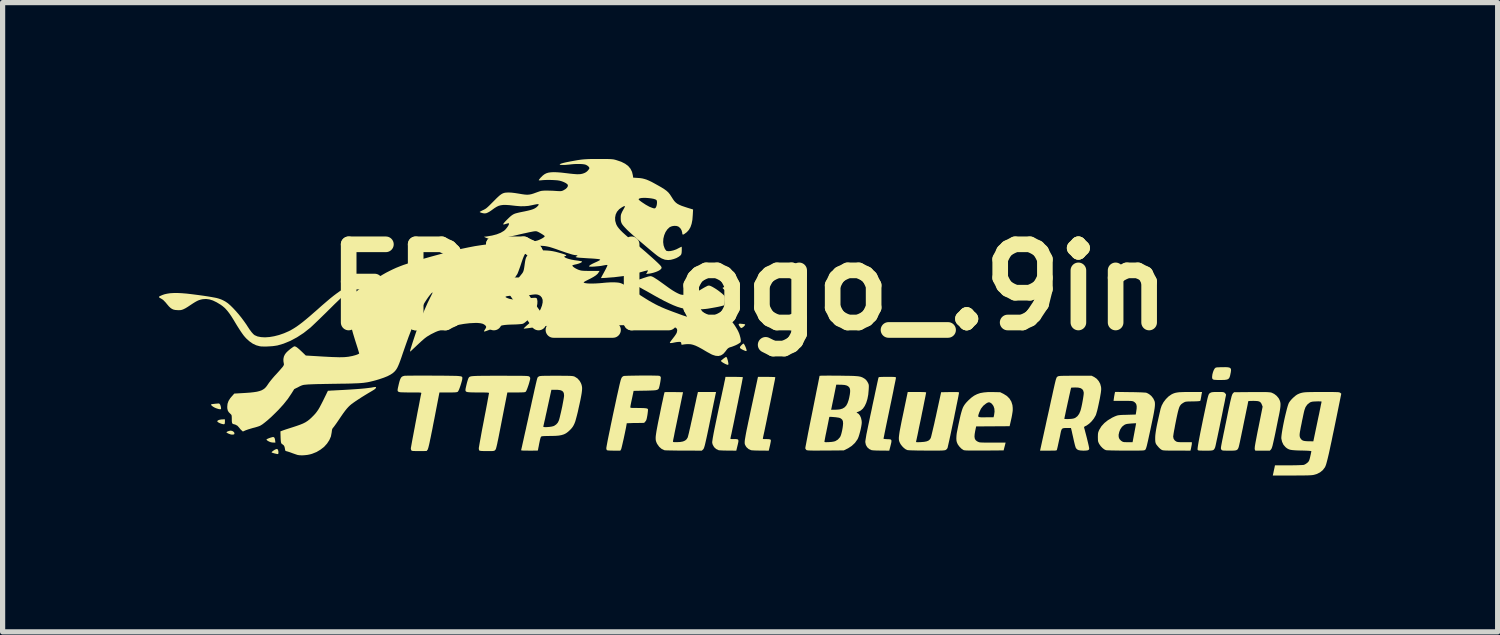
<source format=kicad_pcb>
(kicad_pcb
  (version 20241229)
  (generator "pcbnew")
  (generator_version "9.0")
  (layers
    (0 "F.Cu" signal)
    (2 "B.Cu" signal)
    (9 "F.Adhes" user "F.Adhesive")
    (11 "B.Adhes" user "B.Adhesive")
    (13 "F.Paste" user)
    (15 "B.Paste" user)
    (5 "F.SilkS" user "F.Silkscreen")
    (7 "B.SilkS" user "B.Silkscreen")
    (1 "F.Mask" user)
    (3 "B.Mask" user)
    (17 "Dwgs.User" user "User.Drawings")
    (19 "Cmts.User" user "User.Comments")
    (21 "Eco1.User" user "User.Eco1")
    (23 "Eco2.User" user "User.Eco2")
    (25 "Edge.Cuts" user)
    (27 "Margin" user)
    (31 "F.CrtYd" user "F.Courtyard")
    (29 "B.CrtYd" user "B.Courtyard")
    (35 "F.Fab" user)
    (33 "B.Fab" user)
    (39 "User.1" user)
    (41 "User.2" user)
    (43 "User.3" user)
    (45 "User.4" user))
  (footprint "FBR_Logo_.9in"
    (layer "F.Cu")
    (at 11.318 2.459)
    (property "Reference" "FBR_Logo_.9in" (at 0 0 0) (layer "F.SilkS") (effects (font (size 1.5 1.5) (thickness 0.3))))
    (attr board_only exclude_from_pos_files exclude_from_bom)
    (fp_poly (pts (xy -0.359 0.251) (xy -0.339 0.264) (xy -0.32 0.281) (xy -0.304 0.298) (xy -0.295 0.312) (xy -0.296 0.318) (xy -0.308 0.322) (xy -0.331 0.326) (xy -0.348 0.329) (xy -0.392 0.335) (xy -0.392 0.292) (xy -0.391 0.267) (xy -0.389 0.249) (xy -0.387 0.245) (xy -0.376 0.244)) (stroke (width 0) (type solid)) (fill yes) (layer "F.SilkS"))
    (fp_poly (pts (xy -10.053 2.583) (xy -10.055 2.611) (xy -10.06 2.626) (xy -10.073 2.631) (xy -10.098 2.627) (xy -10.118 2.622) (xy -10.151 2.61) (xy -10.178 2.596) (xy -10.195 2.583) (xy -10.2 2.571) (xy -10.2 2.571) (xy -10.188 2.557) (xy -10.162 2.546) (xy -10.127 2.539) (xy -10.102 2.537) (xy -10.053 2.536)) (stroke (width 0) (type solid)) (fill yes) (layer "F.SilkS"))
    (fp_poly (pts (xy -0.404 -0.004) (xy -0.401 0.002) (xy -0.405 0.017) (xy -0.415 0.037) (xy -0.428 0.055) (xy -0.439 0.067) (xy -0.443 0.068) (xy -0.454 0.063) (xy -0.472 0.05) (xy -0.482 0.041) (xy -0.499 0.025) (xy -0.504 0.014) (xy -0.496 0.006) (xy -0.473 0.000488) (xy -0.445 -0.003) (xy -0.418 -0.006)) (stroke (width 0) (type solid)) (fill yes) (layer "F.SilkS"))
    (fp_poly (pts (xy -0.139 0.704) (xy -0.109 0.707) (xy -0.086 0.711) (xy -0.075 0.713) (xy -0.072 0.722) (xy -0.081 0.737) (xy -0.097 0.754) (xy -0.116 0.77) (xy -0.136 0.781) (xy -0.149 0.784) (xy -0.159 0.777) (xy -0.172 0.761) (xy -0.177 0.754) (xy -0.193 0.728) (xy -0.197 0.711) (xy -0.187 0.703) (xy -0.164 0.701)) (stroke (width 0) (type solid)) (fill yes) (layer "F.SilkS"))
    (fp_poly (pts (xy -9.914 2.758) (xy -9.89 2.772) (xy -9.874 2.79) (xy -9.87 2.81) (xy -9.874 2.821) (xy -9.886 2.827) (xy -9.908 2.829) (xy -9.932 2.828) (xy -9.947 2.824) (xy -9.976 2.814) (xy -10.001 2.802) (xy -10.019 2.791) (xy -10.024 2.785) (xy -10.016 2.777) (xy -9.998 2.767) (xy -9.974 2.759) (xy -9.951 2.754) (xy -9.943 2.753)) (stroke (width 0) (type solid)) (fill yes) (layer "F.SilkS"))
    (fp_poly (pts (xy -9.047 3.107) (xy -9.034 3.123) (xy -9.027 3.152) (xy -9.026 3.168) (xy -9.027 3.187) (xy -9.03 3.199) (xy -9.039 3.203) (xy -9.058 3.2) (xy -9.09 3.193) (xy -9.099 3.191) (xy -9.127 3.183) (xy -9.148 3.176) (xy -9.157 3.171) (xy -9.155 3.163) (xy -9.141 3.15) (xy -9.121 3.135) (xy -9.097 3.12) (xy -9.074 3.109) (xy -9.066 3.106)) (stroke (width 0) (type solid)) (fill yes) (layer "F.SilkS"))
    (fp_poly (pts (xy -0.095 1.09) (xy -0.083 1.109) (xy -0.07 1.135) (xy -0.058 1.164) (xy -0.049 1.191) (xy -0.045 1.204) (xy -0.044 1.219) (xy -0.049 1.226) (xy -0.064 1.225) (xy -0.089 1.215) (xy -0.116 1.203) (xy -0.15 1.185) (xy -0.169 1.169) (xy -0.173 1.153) (xy -0.163 1.135) (xy -0.146 1.116) (xy -0.126 1.097) (xy -0.11 1.085) (xy -0.103 1.082)) (stroke (width 0) (type solid)) (fill yes) (layer "F.SilkS"))
    (fp_poly (pts (xy -9.106 2.885) (xy -9.096 2.906) (xy -9.089 2.942) (xy -9.089 2.945) (xy -9.084 2.983) (xy -9.117 2.982) (xy -9.148 2.98) (xy -9.178 2.974) (xy -9.179 2.973) (xy -9.205 2.963) (xy -9.229 2.95) (xy -9.248 2.936) (xy -9.256 2.924) (xy -9.257 2.924) (xy -9.249 2.917) (xy -9.23 2.907) (xy -9.203 2.896) (xy -9.173 2.886) (xy -9.144 2.878) (xy -9.14 2.877) (xy -9.12 2.876)) (stroke (width 0) (type solid)) (fill yes) (layer "F.SilkS"))
    (fp_poly (pts (xy -10.157 2.237) (xy -10.142 2.258) (xy -10.131 2.295) (xy -10.128 2.311) (xy -10.127 2.33) (xy -10.131 2.341) (xy -10.143 2.343) (xy -10.167 2.34) (xy -10.195 2.332) (xy -10.228 2.321) (xy -10.26 2.306) (xy -10.287 2.289) (xy -10.307 2.273) (xy -10.318 2.259) (xy -10.316 2.249) (xy -10.311 2.246) (xy -10.297 2.244) (xy -10.273 2.241) (xy -10.249 2.238) (xy -10.218 2.235) (xy -10.19 2.233) (xy -10.177 2.231)) (stroke (width 0) (type solid)) (fill yes) (layer "F.SilkS"))
    (fp_poly (pts (xy -0.427 1.346) (xy -0.416 1.369) (xy -0.406 1.403) (xy -0.401 1.423) (xy -0.394 1.46) (xy -0.393 1.481) (xy -0.401 1.49) (xy -0.418 1.488) (xy -0.447 1.476) (xy -0.45 1.475) (xy -0.481 1.459) (xy -0.509 1.442) (xy -0.528 1.427) (xy -0.537 1.416) (xy -0.537 1.415) (xy -0.531 1.407) (xy -0.514 1.393) (xy -0.493 1.375) (xy -0.47 1.358) (xy -0.45 1.345) (xy -0.437 1.338) (xy -0.436 1.338)) (stroke (width 0) (type solid)) (fill yes) (layer "F.SilkS"))
    (fp_poly (pts (xy 9.186 1.537) (xy 9.217 1.543) (xy 9.237 1.554) (xy 9.248 1.571) (xy 9.25 1.596) (xy 9.246 1.63) (xy 9.242 1.649) (xy 9.233 1.693) (xy 9.223 1.727) (xy 9.21 1.75) (xy 9.191 1.766) (xy 9.163 1.775) (xy 9.125 1.78) (xy 9.074 1.781) (xy 9.042 1.781) (xy 8.988 1.781) (xy 8.95 1.779) (xy 8.924 1.777) (xy 8.908 1.772) (xy 8.902 1.769) (xy 8.891 1.756) (xy 8.887 1.735) (xy 8.887 1.718) (xy 8.892 1.675) (xy 8.904 1.63) (xy 8.919 1.591) (xy 8.936 1.562) (xy 8.945 1.553) (xy 8.953 1.546) (xy 8.965 1.542) (xy 8.983 1.539) (xy 9.011 1.538) (xy 9.051 1.536) (xy 9.08 1.536) (xy 9.141 1.535)) (stroke (width 0) (type solid)) (fill yes) (layer "F.SilkS"))
    (fp_poly (pts (xy 9.043 2.012) (xy 9.076 2.012) (xy 9.098 2.014) (xy 9.112 2.018) (xy 9.123 2.023) (xy 9.132 2.031) (xy 9.133 2.032) (xy 9.147 2.049) (xy 9.154 2.061) (xy 9.154 2.062) (xy 9.153 2.072) (xy 9.148 2.097) (xy 9.14 2.135) (xy 9.131 2.185) (xy 9.119 2.243) (xy 9.105 2.309) (xy 9.091 2.38) (xy 9.076 2.456) (xy 9.06 2.533) (xy 9.044 2.61) (xy 9.029 2.685) (xy 9.014 2.756) (xy 9 2.822) (xy 8.988 2.88) (xy 8.977 2.929) (xy 8.969 2.967) (xy 8.966 2.981) (xy 8.955 3.033) (xy 8.945 3.073) (xy 8.933 3.1) (xy 8.919 3.119) (xy 8.898 3.13) (xy 8.868 3.135) (xy 8.827 3.137) (xy 8.772 3.137) (xy 8.76 3.137) (xy 8.708 3.137) (xy 8.67 3.136) (xy 8.644 3.135) (xy 8.627 3.133) (xy 8.617 3.129) (xy 8.612 3.124) (xy 8.608 3.117) (xy 8.608 3.103) (xy 8.611 3.072) (xy 8.618 3.025) (xy 8.629 2.962) (xy 8.644 2.882) (xy 8.662 2.787) (xy 8.685 2.675) (xy 8.711 2.547) (xy 8.741 2.404) (xy 8.763 2.301) (xy 8.778 2.23) (xy 8.79 2.174) (xy 8.8 2.13) (xy 8.809 2.097) (xy 8.816 2.074) (xy 8.823 2.057) (xy 8.83 2.046) (xy 8.837 2.038) (xy 8.847 2.032) (xy 8.851 2.029) (xy 8.864 2.022) (xy 8.88 2.017) (xy 8.9 2.014) (xy 8.93 2.012) (xy 8.971 2.012) (xy 8.996 2.012)) (stroke (width 0) (type solid)) (fill yes) (layer "F.SilkS"))
    (fp_poly (pts (xy 0.389 1.722) (xy 0.434 1.723) (xy 0.47 1.724) (xy 0.495 1.726) (xy 0.506 1.728) (xy 0.506 1.729) (xy 0.505 1.737) (xy 0.501 1.761) (xy 0.494 1.799) (xy 0.484 1.848) (xy 0.472 1.907) (xy 0.459 1.975) (xy 0.444 2.05) (xy 0.428 2.13) (xy 0.411 2.213) (xy 0.393 2.299) (xy 0.376 2.384) (xy 0.358 2.469) (xy 0.342 2.551) (xy 0.326 2.628) (xy 0.311 2.699) (xy 0.298 2.762) (xy 0.286 2.815) (xy 0.277 2.857) (xy 0.271 2.887) (xy 0.269 2.896) (xy 0.267 2.905) (xy 0.27 2.911) (xy 0.281 2.914) (xy 0.303 2.915) (xy 0.335 2.915) (xy 0.376 2.916) (xy 0.402 2.92) (xy 0.416 2.926) (xy 0.417 2.927) (xy 0.421 2.936) (xy 0.421 2.953) (xy 0.416 2.98) (xy 0.408 3.02) (xy 0.404 3.038) (xy 0.381 3.137) (xy 0.222 3.136) (xy 0.17 3.135) (xy 0.123 3.134) (xy 0.083 3.132) (xy 0.055 3.13) (xy 0.041 3.128) (xy -0.007 3.106) (xy -0.046 3.071) (xy -0.06 3.05) (xy -0.066 3.039) (xy -0.071 3.029) (xy -0.076 3.019) (xy -0.079 3.007) (xy -0.081 2.993) (xy -0.081 2.976) (xy -0.08 2.954) (xy -0.077 2.927) (xy -0.071 2.892) (xy -0.064 2.851) (xy -0.055 2.8) (xy -0.043 2.739) (xy -0.028 2.668) (xy -0.011 2.585) (xy 0.01 2.488) (xy 0.033 2.378) (xy 0.06 2.253) (xy 0.074 2.188) (xy 0.174 1.722) (xy 0.338 1.722)) (stroke (width 0) (type solid)) (fill yes) (layer "F.SilkS"))
    (fp_poly (pts (xy -0.234 1.722) (xy -0.189 1.723) (xy -0.152 1.724) (xy -0.127 1.726) (xy -0.116 1.728) (xy -0.116 1.729) (xy -0.117 1.737) (xy -0.122 1.761) (xy -0.129 1.799) (xy -0.138 1.848) (xy -0.15 1.907) (xy -0.163 1.975) (xy -0.178 2.05) (xy -0.195 2.13) (xy -0.211 2.213) (xy -0.229 2.298) (xy -0.246 2.384) (xy -0.264 2.469) (xy -0.28 2.55) (xy -0.296 2.627) (xy -0.311 2.698) (xy -0.324 2.761) (xy -0.335 2.814) (xy -0.345 2.856) (xy -0.351 2.886) (xy -0.354 2.896) (xy -0.355 2.905) (xy -0.352 2.911) (xy -0.341 2.914) (xy -0.319 2.915) (xy -0.287 2.915) (xy -0.249 2.915) (xy -0.223 2.918) (xy -0.207 2.926) (xy -0.201 2.942) (xy -0.202 2.967) (xy -0.21 3.005) (xy -0.218 3.038) (xy -0.242 3.137) (xy -0.4 3.136) (xy -0.452 3.135) (xy -0.499 3.134) (xy -0.539 3.132) (xy -0.568 3.13) (xy -0.582 3.128) (xy -0.63 3.105) (xy -0.668 3.069) (xy -0.694 3.023) (xy -0.703 2.991) (xy -0.704 2.979) (xy -0.703 2.961) (xy -0.699 2.935) (xy -0.694 2.899) (xy -0.686 2.855) (xy -0.676 2.8) (xy -0.663 2.734) (xy -0.647 2.656) (xy -0.628 2.565) (xy -0.606 2.46) (xy -0.581 2.34) (xy -0.552 2.205) (xy -0.541 2.156) (xy -0.524 2.078) (xy -0.508 2.003) (xy -0.493 1.935) (xy -0.48 1.874) (xy -0.47 1.823) (xy -0.461 1.784) (xy -0.456 1.759) (xy -0.454 1.749) (xy -0.45 1.722) (xy -0.285 1.722)) (stroke (width 0) (type solid)) (fill yes) (layer "F.SilkS"))
    (fp_poly (pts (xy 2.712 1.722) (xy 2.755 1.722) (xy 2.784 1.723) (xy 2.804 1.725) (xy 2.815 1.728) (xy 2.82 1.731) (xy 2.821 1.737) (xy 2.821 1.738) (xy 2.82 1.748) (xy 2.815 1.775) (xy 2.807 1.815) (xy 2.796 1.867) (xy 2.783 1.931) (xy 2.769 2.004) (xy 2.752 2.086) (xy 2.734 2.174) (xy 2.714 2.268) (xy 2.702 2.327) (xy 2.682 2.423) (xy 2.663 2.514) (xy 2.645 2.6) (xy 2.629 2.677) (xy 2.615 2.746) (xy 2.603 2.804) (xy 2.594 2.851) (xy 2.587 2.884) (xy 2.583 2.903) (xy 2.583 2.907) (xy 2.59 2.911) (xy 2.612 2.914) (xy 2.642 2.916) (xy 2.657 2.917) (xy 2.687 2.918) (xy 2.709 2.92) (xy 2.724 2.925) (xy 2.733 2.936) (xy 2.735 2.953) (xy 2.732 2.981) (xy 2.723 3.019) (xy 2.71 3.071) (xy 2.701 3.105) (xy 2.693 3.137) (xy 2.538 3.136) (xy 2.486 3.135) (xy 2.438 3.134) (xy 2.397 3.132) (xy 2.367 3.129) (xy 2.352 3.127) (xy 2.307 3.105) (xy 2.27 3.071) (xy 2.245 3.028) (xy 2.234 2.978) (xy 2.233 2.968) (xy 2.235 2.948) (xy 2.24 2.915) (xy 2.247 2.872) (xy 2.255 2.822) (xy 2.264 2.781) (xy 2.27 2.751) (xy 2.279 2.707) (xy 2.29 2.653) (xy 2.304 2.588) (xy 2.319 2.516) (xy 2.335 2.439) (xy 2.353 2.357) (xy 2.37 2.273) (xy 2.388 2.189) (xy 2.406 2.107) (xy 2.422 2.029) (xy 2.438 1.956) (xy 2.452 1.89) (xy 2.464 1.834) (xy 2.474 1.789) (xy 2.481 1.757) (xy 2.485 1.741) (xy 2.487 1.734) (xy 2.491 1.729) (xy 2.499 1.726) (xy 2.513 1.724) (xy 2.537 1.723) (xy 2.571 1.722) (xy 2.619 1.722) (xy 2.655 1.722)) (stroke (width 0) (type solid)) (fill yes) (layer "F.SilkS"))
    (fp_poly (pts (xy -1.867 -0.207) (xy -1.847 -0.199) (xy -1.824 -0.187) (xy -1.791 -0.166) (xy -1.746 -0.137) (xy -1.691 -0.098) (xy -1.623 -0.049) (xy -1.543 0.009) (xy -1.5 0.039) (xy -1.454 0.069) (xy -1.41 0.095) (xy -1.374 0.114) (xy -1.372 0.115) (xy -1.34 0.13) (xy -1.315 0.14) (xy -1.292 0.145) (xy -1.267 0.148) (xy -1.233 0.149) (xy -1.206 0.149) (xy -1.165 0.148) (xy -1.131 0.145) (xy -1.101 0.139) (xy -1.07 0.129) (xy -1.036 0.113) (xy -0.995 0.09) (xy -0.944 0.059) (xy -0.939 0.057) (xy -0.901 0.034) (xy -0.864 0.012) (xy -0.831 -0.006) (xy -0.817 -0.013) (xy -0.792 -0.026) (xy -0.774 -0.03) (xy -0.757 -0.029) (xy -0.737 -0.023) (xy -0.707 -0.009) (xy -0.67 0.012) (xy -0.628 0.038) (xy -0.585 0.068) (xy -0.545 0.099) (xy -0.509 0.128) (xy -0.483 0.153) (xy -0.468 0.172) (xy -0.465 0.188) (xy -0.463 0.215) (xy -0.464 0.249) (xy -0.466 0.285) (xy -0.469 0.317) (xy -0.473 0.34) (xy -0.476 0.347) (xy -0.486 0.352) (xy -0.511 0.359) (xy -0.547 0.368) (xy -0.593 0.378) (xy -0.645 0.388) (xy -0.701 0.398) (xy -0.759 0.408) (xy -0.788 0.413) (xy -0.838 0.419) (xy -0.896 0.424) (xy -0.959 0.427) (xy -1.023 0.429) (xy -1.082 0.43) (xy -1.134 0.429) (xy -1.172 0.426) (xy -1.238 0.415) (xy -1.305 0.398) (xy -1.376 0.376) (xy -1.452 0.346) (xy -1.535 0.308) (xy -1.627 0.263) (xy -1.73 0.208) (xy -1.82 0.158) (xy -1.872 0.128) (xy -1.925 0.098) (xy -1.975 0.07) (xy -2.018 0.047) (xy -2.05 0.029) (xy -2.111 -0.005) (xy -2.165 -0.038) (xy -2.21 -0.069) (xy -2.241 -0.095) (xy -2.241 -0.095) (xy -2.263 -0.115) (xy -2.21 -0.121) (xy -2.178 -0.126) (xy -2.138 -0.137) (xy -2.094 -0.15) (xy -2.069 -0.158) (xy -2.027 -0.173) (xy -1.985 -0.187) (xy -1.949 -0.198) (xy -1.933 -0.203) (xy -1.904 -0.209) (xy -1.884 -0.211)) (stroke (width 0) (type solid)) (fill yes) (layer "F.SilkS"))
    (fp_poly (pts (xy 8.69 2.031) (xy 8.686 2.049) (xy 8.681 2.078) (xy 8.677 2.105) (xy 8.671 2.136) (xy 8.666 2.162) (xy 8.663 2.175) (xy 8.66 2.18) (xy 8.652 2.184) (xy 8.636 2.187) (xy 8.611 2.189) (xy 8.574 2.191) (xy 8.522 2.192) (xy 8.516 2.192) (xy 8.464 2.193) (xy 8.425 2.194) (xy 8.397 2.196) (xy 8.377 2.199) (xy 8.362 2.204) (xy 8.348 2.211) (xy 8.332 2.22) (xy 8.331 2.221) (xy 8.311 2.234) (xy 8.293 2.248) (xy 8.279 2.265) (xy 8.266 2.285) (xy 8.254 2.312) (xy 8.243 2.347) (xy 8.231 2.392) (xy 8.218 2.448) (xy 8.203 2.518) (xy 8.191 2.578) (xy 8.178 2.643) (xy 8.167 2.705) (xy 8.156 2.76) (xy 8.148 2.807) (xy 8.143 2.843) (xy 8.14 2.865) (xy 8.14 2.869) (xy 8.148 2.909) (xy 8.171 2.942) (xy 8.201 2.963) (xy 8.215 2.968) (xy 8.236 2.972) (xy 8.265 2.974) (xy 8.306 2.975) (xy 8.362 2.975) (xy 8.362 2.975) (xy 8.498 2.975) (xy 8.498 2.998) (xy 8.497 3.015) (xy 8.493 3.037) (xy 8.487 3.068) (xy 8.478 3.112) (xy 8.476 3.117) (xy 8.472 3.137) (xy 8.21 3.136) (xy 8.134 3.136) (xy 8.074 3.136) (xy 8.026 3.135) (xy 7.99 3.134) (xy 7.963 3.132) (xy 7.944 3.13) (xy 7.93 3.126) (xy 7.92 3.122) (xy 7.92 3.122) (xy 7.896 3.106) (xy 7.867 3.079) (xy 7.839 3.047) (xy 7.815 3.016) (xy 7.809 3.005) (xy 7.802 2.987) (xy 7.797 2.961) (xy 7.795 2.925) (xy 7.795 2.889) (xy 7.796 2.859) (xy 7.799 2.825) (xy 7.804 2.786) (xy 7.811 2.74) (xy 7.821 2.685) (xy 7.834 2.62) (xy 7.851 2.543) (xy 7.871 2.454) (xy 7.895 2.349) (xy 7.897 2.338) (xy 7.919 2.273) (xy 7.954 2.208) (xy 7.999 2.149) (xy 8.05 2.098) (xy 8.104 2.06) (xy 8.131 2.046) (xy 8.158 2.035) (xy 8.186 2.027) (xy 8.218 2.021) (xy 8.257 2.016) (xy 8.304 2.014) (xy 8.363 2.012) (xy 8.436 2.012) (xy 8.47 2.012) (xy 8.694 2.012)) (stroke (width 0) (type solid)) (fill yes) (layer "F.SilkS"))
    (fp_poly (pts (xy -0.635 2.031) (xy -0.637 2.043) (xy -0.643 2.07) (xy -0.651 2.11) (xy -0.662 2.162) (xy -0.675 2.223) (xy -0.689 2.293) (xy -0.705 2.369) (xy -0.72 2.446) (xy -0.745 2.566) (xy -0.766 2.67) (xy -0.785 2.76) (xy -0.801 2.836) (xy -0.815 2.9) (xy -0.827 2.953) (xy -0.837 2.997) (xy -0.845 3.031) (xy -0.853 3.058) (xy -0.859 3.078) (xy -0.865 3.093) (xy -0.871 3.104) (xy -0.876 3.111) (xy -0.882 3.117) (xy -0.882 3.117) (xy -0.904 3.137) (xy -1.251 3.136) (xy -1.327 3.136) (xy -1.399 3.135) (xy -1.463 3.134) (xy -1.519 3.133) (xy -1.565 3.132) (xy -1.598 3.131) (xy -1.617 3.129) (xy -1.62 3.129) (xy -1.675 3.103) (xy -1.721 3.063) (xy -1.76 3.008) (xy -1.77 2.988) (xy -1.778 2.967) (xy -1.785 2.945) (xy -1.788 2.921) (xy -1.789 2.892) (xy -1.787 2.857) (xy -1.781 2.813) (xy -1.773 2.76) (xy -1.761 2.695) (xy -1.746 2.616) (xy -1.735 2.561) (xy -1.71 2.442) (xy -1.689 2.337) (xy -1.67 2.245) (xy -1.653 2.169) (xy -1.64 2.107) (xy -1.63 2.061) (xy -1.622 2.03) (xy -1.618 2.016) (xy -1.617 2.015) (xy -1.608 2.014) (xy -1.584 2.013) (xy -1.549 2.013) (xy -1.504 2.013) (xy -1.452 2.013) (xy -1.439 2.013) (xy -1.264 2.016) (xy -1.36 2.48) (xy -1.378 2.567) (xy -1.395 2.649) (xy -1.411 2.725) (xy -1.425 2.793) (xy -1.436 2.852) (xy -1.446 2.899) (xy -1.453 2.934) (xy -1.456 2.955) (xy -1.457 2.96) (xy -1.455 2.967) (xy -1.447 2.972) (xy -1.43 2.974) (xy -1.4 2.974) (xy -1.387 2.974) (xy -1.319 2.971) (xy -1.265 2.961) (xy -1.224 2.943) (xy -1.195 2.918) (xy -1.174 2.884) (xy -1.17 2.869) (xy -1.162 2.839) (xy -1.151 2.796) (xy -1.139 2.742) (xy -1.124 2.679) (xy -1.109 2.609) (xy -1.092 2.534) (xy -1.082 2.489) (xy -1.065 2.41) (xy -1.049 2.335) (xy -1.034 2.265) (xy -1.02 2.202) (xy -1.009 2.148) (xy -1 2.106) (xy -0.993 2.078) (xy -0.991 2.069) (xy -0.978 2.012) (xy -0.804 2.012) (xy -0.63 2.012)) (stroke (width 0) (type solid)) (fill yes) (layer "F.SilkS"))
    (fp_poly (pts (xy 4.821 2.016) (xy 4.886 2.048) (xy 4.95 2.088) (xy 4.999 2.137) (xy 5.035 2.196) (xy 5.056 2.263) (xy 5.061 2.309) (xy 5.062 2.34) (xy 5.061 2.372) (xy 5.056 2.408) (xy 5.049 2.452) (xy 5.039 2.505) (xy 5.024 2.571) (xy 5.019 2.593) (xy 5.002 2.668) (xy 4.681 2.67) (xy 4.36 2.672) (xy 4.341 2.762) (xy 4.331 2.822) (xy 4.328 2.869) (xy 4.334 2.906) (xy 4.349 2.934) (xy 4.374 2.955) (xy 4.392 2.965) (xy 4.404 2.97) (xy 4.416 2.975) (xy 4.431 2.978) (xy 4.45 2.98) (xy 4.477 2.981) (xy 4.513 2.982) (xy 4.559 2.983) (xy 4.619 2.983) (xy 4.677 2.983) (xy 4.925 2.983) (xy 4.906 3.058) (xy 4.887 3.132) (xy 4.513 3.135) (xy 4.421 3.135) (xy 4.345 3.135) (xy 4.284 3.135) (xy 4.234 3.135) (xy 4.196 3.134) (xy 4.166 3.133) (xy 4.145 3.131) (xy 4.129 3.129) (xy 4.119 3.126) (xy 4.113 3.123) (xy 4.075 3.097) (xy 4.039 3.06) (xy 4.009 3.019) (xy 4.002 3.005) (xy 3.989 2.974) (xy 3.982 2.943) (xy 3.98 2.902) (xy 3.981 2.879) (xy 3.982 2.857) (xy 3.984 2.834) (xy 3.987 2.807) (xy 3.993 2.775) (xy 4.001 2.735) (xy 4.011 2.685) (xy 4.024 2.622) (xy 4.041 2.545) (xy 4.041 2.544) (xy 4.056 2.478) (xy 4.4 2.478) (xy 4.406 2.489) (xy 4.422 2.494) (xy 4.449 2.497) (xy 4.49 2.498) (xy 4.546 2.497) (xy 4.694 2.497) (xy 4.704 2.454) (xy 4.713 2.388) (xy 4.709 2.33) (xy 4.692 2.28) (xy 4.663 2.24) (xy 4.65 2.229) (xy 4.625 2.213) (xy 4.603 2.209) (xy 4.577 2.217) (xy 4.551 2.232) (xy 4.495 2.277) (xy 4.451 2.334) (xy 4.42 2.402) (xy 4.408 2.436) (xy 4.401 2.461) (xy 4.4 2.478) (xy 4.056 2.478) (xy 4.058 2.468) (xy 4.074 2.407) (xy 4.089 2.357) (xy 4.104 2.315) (xy 4.122 2.28) (xy 4.143 2.248) (xy 4.168 2.217) (xy 4.199 2.184) (xy 4.214 2.169) (xy 4.268 2.12) (xy 4.321 2.082) (xy 4.378 2.053) (xy 4.439 2.032) (xy 4.508 2.02) (xy 4.588 2.013) (xy 4.68 2.013)) (stroke (width 0) (type solid)) (fill yes) (layer "F.SilkS"))
    (fp_poly (pts (xy -7.157 1.917) (xy -7.155 1.919) (xy -7.154 1.931) (xy -7.165 1.946) (xy -7.189 1.966) (xy -7.228 1.99) (xy -7.25 2.003) (xy -7.306 2.036) (xy -7.367 2.073) (xy -7.43 2.112) (xy -7.49 2.151) (xy -7.546 2.188) (xy -7.593 2.221) (xy -7.622 2.242) (xy -7.653 2.268) (xy -7.683 2.297) (xy -7.714 2.331) (xy -7.747 2.372) (xy -7.784 2.422) (xy -7.826 2.483) (xy -7.857 2.529) (xy -7.887 2.573) (xy -7.915 2.614) (xy -7.941 2.65) (xy -7.96 2.676) (xy -7.971 2.69) (xy -7.986 2.708) (xy -7.995 2.726) (xy -8 2.749) (xy -8.004 2.782) (xy -8.005 2.789) (xy -8.019 2.864) (xy -8.05 2.935) (xy -8.094 3.002) (xy -8.15 3.064) (xy -8.218 3.117) (xy -8.295 3.163) (xy -8.38 3.197) (xy -8.419 3.208) (xy -8.467 3.218) (xy -8.52 3.224) (xy -8.573 3.227) (xy -8.62 3.225) (xy -8.657 3.22) (xy -8.66 3.219) (xy -8.685 3.211) (xy -8.72 3.199) (xy -8.76 3.185) (xy -8.783 3.176) (xy -8.82 3.163) (xy -8.852 3.153) (xy -8.874 3.147) (xy -8.882 3.145) (xy -8.892 3.14) (xy -8.898 3.122) (xy -8.901 3.103) (xy -8.909 3.063) (xy -8.924 3.035) (xy -8.947 3.017) (xy -8.948 3.016) (xy -8.961 3.008) (xy -8.97 2.997) (xy -8.976 2.982) (xy -8.98 2.958) (xy -8.983 2.923) (xy -8.985 2.874) (xy -8.985 2.873) (xy -8.988 2.767) (xy -8.945 2.751) (xy -8.923 2.743) (xy -8.888 2.731) (xy -8.845 2.717) (xy -8.795 2.701) (xy -8.754 2.688) (xy -8.675 2.662) (xy -8.61 2.639) (xy -8.556 2.617) (xy -8.51 2.594) (xy -8.471 2.569) (xy -8.434 2.541) (xy -8.397 2.508) (xy -8.382 2.493) (xy -8.347 2.458) (xy -8.316 2.424) (xy -8.289 2.389) (xy -8.263 2.352) (xy -8.237 2.308) (xy -8.209 2.255) (xy -8.176 2.191) (xy -8.155 2.148) (xy -8.132 2.101) (xy -8.111 2.059) (xy -8.095 2.025) (xy -8.083 2.001) (xy -8.077 1.99) (xy -8.077 1.989) (xy -8.069 1.988) (xy -8.046 1.987) (xy -8.011 1.984) (xy -7.966 1.982) (xy -7.914 1.979) (xy -7.893 1.978) (xy -7.759 1.971) (xy -7.642 1.964) (xy -7.539 1.957) (xy -7.449 1.95) (xy -7.371 1.943) (xy -7.305 1.935) (xy -7.248 1.928) (xy -7.2 1.919) (xy -7.196 1.919) (xy -7.173 1.916)) (stroke (width 0) (type solid)) (fill yes) (layer "F.SilkS"))
    (fp_poly (pts (xy -6.231 1.697) (xy -6.142 1.697) (xy -6.052 1.698) (xy -5.941 1.698) (xy -5.846 1.699) (xy -5.766 1.7) (xy -5.699 1.701) (xy -5.644 1.702) (xy -5.6 1.703) (xy -5.566 1.706) (xy -5.541 1.709) (xy -5.522 1.712) (xy -5.51 1.717) (xy -5.503 1.722) (xy -5.499 1.729) (xy -5.498 1.737) (xy -5.498 1.746) (xy -5.498 1.747) (xy -5.5 1.77) (xy -5.508 1.803) (xy -5.519 1.842) (xy -5.532 1.884) (xy -5.546 1.925) (xy -5.56 1.962) (xy -5.573 1.989) (xy -5.582 2.004) (xy -5.583 2.005) (xy -5.591 2.01) (xy -5.603 2.014) (xy -5.62 2.017) (xy -5.646 2.019) (xy -5.682 2.02) (xy -5.731 2.02) (xy -5.769 2.02) (xy -5.937 2.02) (xy -5.982 2.252) (xy -6.009 2.392) (xy -6.033 2.517) (xy -6.055 2.626) (xy -6.073 2.722) (xy -6.09 2.804) (xy -6.104 2.875) (xy -6.117 2.934) (xy -6.127 2.984) (xy -6.136 3.024) (xy -6.144 3.056) (xy -6.15 3.08) (xy -6.156 3.098) (xy -6.16 3.111) (xy -6.164 3.119) (xy -6.166 3.121) (xy -6.184 3.144) (xy -6.326 3.145) (xy -6.379 3.145) (xy -6.417 3.144) (xy -6.443 3.143) (xy -6.46 3.141) (xy -6.47 3.137) (xy -6.475 3.132) (xy -6.478 3.129) (xy -6.485 3.106) (xy -6.486 3.094) (xy -6.485 3.083) (xy -6.48 3.057) (xy -6.473 3.018) (xy -6.464 2.968) (xy -6.453 2.908) (xy -6.44 2.84) (xy -6.426 2.765) (xy -6.411 2.687) (xy -6.396 2.605) (xy -6.38 2.523) (xy -6.365 2.442) (xy -6.35 2.363) (xy -6.335 2.289) (xy -6.322 2.221) (xy -6.311 2.161) (xy -6.301 2.11) (xy -6.293 2.071) (xy -6.287 2.045) (xy -6.285 2.035) (xy -6.285 2.03) (xy -6.288 2.027) (xy -6.297 2.024) (xy -6.313 2.022) (xy -6.338 2.021) (xy -6.375 2.02) (xy -6.424 2.02) (xy -6.489 2.02) (xy -6.492 2.02) (xy -6.56 2.02) (xy -6.613 2.019) (xy -6.652 2.018) (xy -6.681 2.017) (xy -6.701 2.014) (xy -6.714 2.011) (xy -6.723 2.007) (xy -6.723 2.007) (xy -6.732 2) (xy -6.738 1.992) (xy -6.74 1.98) (xy -6.739 1.962) (xy -6.734 1.935) (xy -6.725 1.896) (xy -6.716 1.856) (xy -6.702 1.802) (xy -6.688 1.763) (xy -6.673 1.735) (xy -6.655 1.717) (xy -6.632 1.707) (xy -6.604 1.7) (xy -6.589 1.7) (xy -6.558 1.699) (xy -6.514 1.698) (xy -6.458 1.698) (xy -6.391 1.697) (xy -6.315 1.697)) (stroke (width 0) (type solid)) (fill yes) (layer "F.SilkS"))
    (fp_poly (pts (xy 3.293 2.012) (xy 3.345 2.013) (xy 3.38 2.015) (xy 3.398 2.018) (xy 3.401 2.021) (xy 3.399 2.03) (xy 3.394 2.055) (xy 3.387 2.093) (xy 3.377 2.142) (xy 3.365 2.2) (xy 3.352 2.266) (xy 3.338 2.337) (xy 3.322 2.412) (xy 3.307 2.489) (xy 3.291 2.566) (xy 3.275 2.641) (xy 3.26 2.712) (xy 3.247 2.778) (xy 3.235 2.837) (xy 3.224 2.886) (xy 3.216 2.925) (xy 3.21 2.95) (xy 3.208 2.961) (xy 3.207 2.968) (xy 3.21 2.972) (xy 3.22 2.975) (xy 3.241 2.975) (xy 3.274 2.974) (xy 3.301 2.973) (xy 3.362 2.968) (xy 3.409 2.959) (xy 3.444 2.945) (xy 3.469 2.924) (xy 3.487 2.898) (xy 3.492 2.884) (xy 3.5 2.855) (xy 3.51 2.813) (xy 3.523 2.759) (xy 3.538 2.695) (xy 3.555 2.624) (xy 3.572 2.545) (xy 3.591 2.463) (xy 3.595 2.442) (xy 3.688 2.016) (xy 3.86 2.013) (xy 3.919 2.013) (xy 3.963 2.013) (xy 3.994 2.013) (xy 4.014 2.015) (xy 4.026 2.017) (xy 4.031 2.021) (xy 4.032 2.024) (xy 4.03 2.035) (xy 4.025 2.061) (xy 4.018 2.1) (xy 4.008 2.15) (xy 3.996 2.209) (xy 3.982 2.276) (xy 3.968 2.348) (xy 3.952 2.423) (xy 3.937 2.501) (xy 3.921 2.578) (xy 3.905 2.653) (xy 3.89 2.725) (xy 3.876 2.791) (xy 3.864 2.849) (xy 3.853 2.898) (xy 3.845 2.936) (xy 3.843 2.945) (xy 3.833 2.988) (xy 3.824 3.028) (xy 3.817 3.059) (xy 3.813 3.078) (xy 3.813 3.08) (xy 3.8 3.104) (xy 3.781 3.12) (xy 3.774 3.124) (xy 3.765 3.128) (xy 3.752 3.13) (xy 3.735 3.132) (xy 3.712 3.134) (xy 3.68 3.135) (xy 3.638 3.136) (xy 3.584 3.136) (xy 3.518 3.136) (xy 3.436 3.136) (xy 3.414 3.136) (xy 3.332 3.135) (xy 3.257 3.135) (xy 3.19 3.133) (xy 3.134 3.132) (xy 3.089 3.13) (xy 3.057 3.128) (xy 3.041 3.126) (xy 3.041 3.126) (xy 3.009 3.112) (xy 2.974 3.086) (xy 2.941 3.053) (xy 2.913 3.017) (xy 2.905 3.003) (xy 2.896 2.986) (xy 2.889 2.97) (xy 2.883 2.953) (xy 2.879 2.934) (xy 2.877 2.913) (xy 2.877 2.886) (xy 2.88 2.854) (xy 2.885 2.815) (xy 2.892 2.768) (xy 2.903 2.711) (xy 2.916 2.643) (xy 2.932 2.562) (xy 2.952 2.468) (xy 2.975 2.359) (xy 2.981 2.329) (xy 3.047 2.012) (xy 3.224 2.012)) (stroke (width 0) (type solid)) (fill yes) (layer "F.SilkS"))
    (fp_poly (pts (xy -1.882 1.696) (xy -1.826 1.697) (xy -1.779 1.698) (xy -1.743 1.699) (xy -1.721 1.701) (xy -1.715 1.702) (xy -1.698 1.714) (xy -1.691 1.727) (xy -1.69 1.744) (xy -1.693 1.773) (xy -1.698 1.809) (xy -1.705 1.849) (xy -1.713 1.887) (xy -1.721 1.919) (xy -1.728 1.942) (xy -1.732 1.949) (xy -1.741 1.959) (xy -1.752 1.966) (xy -1.767 1.972) (xy -1.788 1.977) (xy -1.817 1.98) (xy -1.856 1.982) (xy -1.907 1.984) (xy -1.973 1.986) (xy -1.994 1.986) (xy -2.212 1.99) (xy -2.243 2.139) (xy -2.254 2.188) (xy -2.263 2.232) (xy -2.27 2.268) (xy -2.274 2.293) (xy -2.275 2.303) (xy -2.274 2.309) (xy -2.269 2.313) (xy -2.256 2.316) (xy -2.235 2.317) (xy -2.202 2.318) (xy -2.155 2.318) (xy -2.142 2.318) (xy -2.075 2.319) (xy -2.024 2.32) (xy -1.987 2.323) (xy -1.961 2.327) (xy -1.945 2.333) (xy -1.938 2.341) (xy -1.937 2.342) (xy -1.936 2.355) (xy -1.938 2.381) (xy -1.942 2.416) (xy -1.947 2.453) (xy -1.955 2.497) (xy -1.962 2.529) (xy -1.969 2.551) (xy -1.978 2.567) (xy -1.986 2.577) (xy -2.01 2.604) (xy -2.177 2.607) (xy -2.228 2.607) (xy -2.273 2.609) (xy -2.309 2.61) (xy -2.333 2.611) (xy -2.344 2.612) (xy -2.344 2.612) (xy -2.346 2.627) (xy -2.351 2.656) (xy -2.358 2.696) (xy -2.368 2.744) (xy -2.379 2.798) (xy -2.391 2.854) (xy -2.403 2.911) (xy -2.416 2.966) (xy -2.427 3.015) (xy -2.437 3.057) (xy -2.445 3.089) (xy -2.45 3.107) (xy -2.452 3.111) (xy -2.467 3.137) (xy -2.591 3.137) (xy -2.649 3.136) (xy -2.69 3.134) (xy -2.715 3.131) (xy -2.726 3.126) (xy -2.733 3.111) (xy -2.736 3.09) (xy -2.734 3.076) (xy -2.729 3.047) (xy -2.721 3.004) (xy -2.711 2.949) (xy -2.698 2.884) (xy -2.683 2.811) (xy -2.666 2.73) (xy -2.649 2.644) (xy -2.63 2.555) (xy -2.611 2.463) (xy -2.591 2.37) (xy -2.571 2.278) (xy -2.552 2.189) (xy -2.534 2.104) (xy -2.516 2.025) (xy -2.5 1.953) (xy -2.486 1.89) (xy -2.484 1.881) (xy -2.47 1.824) (xy -2.459 1.782) (xy -2.448 1.751) (xy -2.437 1.73) (xy -2.424 1.717) (xy -2.409 1.708) (xy -2.402 1.705) (xy -2.388 1.703) (xy -2.359 1.702) (xy -2.318 1.7) (xy -2.267 1.699) (xy -2.208 1.698) (xy -2.144 1.697) (xy -2.077 1.696) (xy -2.01 1.696) (xy -1.944 1.696)) (stroke (width 0) (type solid)) (fill yes) (layer "F.SilkS"))
    (fp_poly (pts (xy -4.772 1.7) (xy -4.662 1.7) (xy -4.569 1.701) (xy -4.489 1.701) (xy -4.423 1.701) (xy -4.369 1.701) (xy -4.326 1.702) (xy -4.292 1.703) (xy -4.266 1.704) (xy -4.246 1.706) (xy -4.233 1.708) (xy -4.224 1.71) (xy -4.217 1.713) (xy -4.213 1.716) (xy -4.211 1.717) (xy -4.197 1.736) (xy -4.196 1.759) (xy -4.196 1.762) (xy -4.203 1.79) (xy -4.213 1.827) (xy -4.225 1.868) (xy -4.239 1.909) (xy -4.253 1.948) (xy -4.266 1.979) (xy -4.276 1.999) (xy -4.279 2.003) (xy -4.286 2.009) (xy -4.295 2.013) (xy -4.309 2.016) (xy -4.33 2.018) (xy -4.36 2.019) (xy -4.403 2.02) (xy -4.46 2.02) (xy -4.465 2.02) (xy -4.634 2.02) (xy -4.701 2.359) (xy -4.726 2.487) (xy -4.748 2.6) (xy -4.767 2.698) (xy -4.784 2.783) (xy -4.798 2.855) (xy -4.81 2.915) (xy -4.821 2.965) (xy -4.829 3.006) (xy -4.837 3.039) (xy -4.843 3.064) (xy -4.848 3.083) (xy -4.852 3.098) (xy -4.856 3.108) (xy -4.86 3.115) (xy -4.864 3.12) (xy -4.867 3.124) (xy -4.875 3.132) (xy -4.884 3.138) (xy -4.896 3.141) (xy -4.914 3.144) (xy -4.942 3.145) (xy -4.981 3.145) (xy -5.024 3.145) (xy -5.084 3.145) (xy -5.128 3.143) (xy -5.156 3.14) (xy -5.171 3.136) (xy -5.172 3.135) (xy -5.179 3.12) (xy -5.182 3.097) (xy -5.182 3.094) (xy -5.181 3.081) (xy -5.176 3.052) (xy -5.169 3.01) (xy -5.159 2.955) (xy -5.147 2.89) (xy -5.134 2.816) (xy -5.119 2.734) (xy -5.102 2.647) (xy -5.084 2.555) (xy -5.084 2.554) (xy -5.067 2.463) (xy -5.05 2.377) (xy -5.035 2.297) (xy -5.021 2.224) (xy -5.01 2.161) (xy -5 2.109) (xy -4.993 2.069) (xy -4.988 2.043) (xy -4.986 2.032) (xy -4.986 2.032) (xy -4.989 2.028) (xy -4.998 2.025) (xy -5.015 2.023) (xy -5.042 2.022) (xy -5.082 2.021) (xy -5.134 2.02) (xy -5.193 2.02) (xy -5.264 2.02) (xy -5.32 2.019) (xy -5.363 2.017) (xy -5.394 2.014) (xy -5.415 2.009) (xy -5.428 2.002) (xy -5.435 1.992) (xy -5.438 1.98) (xy -5.438 1.972) (xy -5.436 1.951) (xy -5.429 1.918) (xy -5.42 1.879) (xy -5.41 1.838) (xy -5.399 1.799) (xy -5.389 1.768) (xy -5.382 1.75) (xy -5.377 1.74) (xy -5.371 1.732) (xy -5.365 1.725) (xy -5.355 1.719) (xy -5.342 1.714) (xy -5.323 1.71) (xy -5.298 1.707) (xy -5.265 1.705) (xy -5.224 1.703) (xy -5.172 1.702) (xy -5.109 1.701) (xy -5.033 1.701) (xy -4.943 1.7) (xy -4.838 1.7)) (stroke (width 0) (type solid)) (fill yes) (layer "F.SilkS"))
    (fp_poly (pts (xy 9.862 2.013) (xy 9.908 2.013) (xy 9.944 2.014) (xy 9.972 2.016) (xy 9.994 2.018) (xy 10.011 2.02) (xy 10.025 2.024) (xy 10.03 2.025) (xy 10.079 2.049) (xy 10.125 2.085) (xy 10.162 2.129) (xy 10.173 2.149) (xy 10.185 2.174) (xy 10.193 2.199) (xy 10.198 2.226) (xy 10.199 2.258) (xy 10.197 2.295) (xy 10.191 2.342) (xy 10.181 2.4) (xy 10.167 2.471) (xy 10.161 2.497) (xy 10.138 2.611) (xy 10.118 2.71) (xy 10.101 2.794) (xy 10.086 2.865) (xy 10.073 2.924) (xy 10.062 2.973) (xy 10.053 3.012) (xy 10.046 3.042) (xy 10.039 3.065) (xy 10.033 3.083) (xy 10.028 3.095) (xy 10.023 3.104) (xy 10.018 3.111) (xy 10.017 3.113) (xy 9.995 3.137) (xy 9.856 3.137) (xy 9.716 3.137) (xy 9.706 3.114) (xy 9.704 3.107) (xy 9.704 3.096) (xy 9.705 3.08) (xy 9.707 3.056) (xy 9.712 3.025) (xy 9.719 2.984) (xy 9.729 2.932) (xy 9.741 2.868) (xy 9.756 2.79) (xy 9.775 2.696) (xy 9.776 2.693) (xy 9.856 2.293) (xy 9.841 2.254) (xy 9.828 2.226) (xy 9.811 2.206) (xy 9.789 2.193) (xy 9.758 2.186) (xy 9.714 2.183) (xy 9.676 2.182) (xy 9.638 2.183) (xy 9.607 2.184) (xy 9.587 2.186) (xy 9.58 2.189) (xy 9.579 2.198) (xy 9.574 2.223) (xy 9.567 2.26) (xy 9.557 2.308) (xy 9.545 2.364) (xy 9.532 2.428) (xy 9.518 2.497) (xy 9.503 2.568) (xy 9.488 2.641) (xy 9.474 2.712) (xy 9.459 2.781) (xy 9.446 2.845) (xy 9.434 2.902) (xy 9.424 2.95) (xy 9.418 2.979) (xy 9.406 3.032) (xy 9.396 3.072) (xy 9.384 3.1) (xy 9.369 3.119) (xy 9.347 3.13) (xy 9.316 3.135) (xy 9.273 3.137) (xy 9.216 3.137) (xy 9.214 3.137) (xy 9.163 3.137) (xy 9.126 3.136) (xy 9.101 3.135) (xy 9.085 3.132) (xy 9.075 3.128) (xy 9.069 3.123) (xy 9.064 3.116) (xy 9.061 3.112) (xy 9.059 3.108) (xy 9.057 3.103) (xy 9.056 3.097) (xy 9.056 3.087) (xy 9.057 3.073) (xy 9.06 3.052) (xy 9.065 3.024) (xy 9.072 2.988) (xy 9.081 2.941) (xy 9.093 2.884) (xy 9.107 2.813) (xy 9.125 2.729) (xy 9.145 2.629) (xy 9.147 2.621) (xy 9.17 2.51) (xy 9.189 2.414) (xy 9.206 2.333) (xy 9.221 2.265) (xy 9.233 2.208) (xy 9.244 2.162) (xy 9.253 2.126) (xy 9.26 2.097) (xy 9.267 2.076) (xy 9.273 2.06) (xy 9.278 2.049) (xy 9.284 2.041) (xy 9.287 2.037) (xy 9.308 2.016) (xy 9.646 2.013) (xy 9.733 2.013) (xy 9.804 2.013)) (stroke (width 0) (type solid)) (fill yes) (layer "F.SilkS"))
    (fp_poly (pts (xy 7.312 2.014) (xy 7.399 2.015) (xy 7.473 2.017) (xy 7.534 2.019) (xy 7.581 2.022) (xy 7.613 2.024) (xy 7.628 2.027) (xy 7.677 2.052) (xy 7.722 2.089) (xy 7.758 2.135) (xy 7.781 2.183) (xy 7.786 2.199) (xy 7.789 2.217) (xy 7.79 2.237) (xy 7.79 2.261) (xy 7.788 2.289) (xy 7.784 2.325) (xy 7.777 2.367) (xy 7.768 2.419) (xy 7.756 2.481) (xy 7.741 2.554) (xy 7.723 2.639) (xy 7.702 2.739) (xy 7.677 2.853) (xy 7.672 2.876) (xy 7.657 2.946) (xy 7.644 3.001) (xy 7.634 3.044) (xy 7.625 3.075) (xy 7.618 3.096) (xy 7.611 3.111) (xy 7.605 3.119) (xy 7.603 3.121) (xy 7.597 3.125) (xy 7.59 3.128) (xy 7.578 3.131) (xy 7.561 3.133) (xy 7.538 3.134) (xy 7.505 3.135) (xy 7.463 3.136) (xy 7.409 3.136) (xy 7.342 3.136) (xy 7.259 3.136) (xy 7.229 3.136) (xy 7.152 3.136) (xy 7.079 3.135) (xy 7.013 3.134) (xy 6.955 3.133) (xy 6.908 3.131) (xy 6.873 3.13) (xy 6.852 3.128) (xy 6.848 3.127) (xy 6.817 3.112) (xy 6.784 3.086) (xy 6.751 3.052) (xy 6.725 3.015) (xy 6.72 3.008) (xy 6.709 2.985) (xy 6.701 2.965) (xy 6.697 2.943) (xy 6.696 2.914) (xy 6.695 2.877) (xy 6.696 2.836) (xy 6.696 2.833) (xy 7.093 2.833) (xy 7.095 2.877) (xy 7.109 2.914) (xy 7.137 2.944) (xy 7.149 2.953) (xy 7.165 2.963) (xy 7.18 2.969) (xy 7.2 2.973) (xy 7.228 2.974) (xy 7.269 2.975) (xy 7.271 2.975) (xy 7.361 2.975) (xy 7.395 2.794) (xy 7.405 2.74) (xy 7.414 2.693) (xy 7.421 2.655) (xy 7.426 2.627) (xy 7.429 2.613) (xy 7.429 2.611) (xy 7.421 2.611) (xy 7.399 2.612) (xy 7.367 2.614) (xy 7.333 2.616) (xy 7.288 2.62) (xy 7.255 2.624) (xy 7.231 2.63) (xy 7.211 2.639) (xy 7.2 2.645) (xy 7.158 2.679) (xy 7.125 2.728) (xy 7.105 2.779) (xy 7.093 2.833) (xy 6.696 2.833) (xy 6.698 2.807) (xy 6.703 2.783) (xy 6.712 2.759) (xy 6.724 2.733) (xy 6.764 2.668) (xy 6.82 2.607) (xy 6.889 2.552) (xy 6.969 2.504) (xy 7.02 2.48) (xy 7.043 2.471) (xy 7.062 2.464) (xy 7.082 2.459) (xy 7.105 2.456) (xy 7.134 2.453) (xy 7.173 2.451) (xy 7.224 2.45) (xy 7.253 2.449) (xy 7.422 2.444) (xy 7.431 2.386) (xy 7.439 2.33) (xy 7.44 2.287) (xy 7.434 2.254) (xy 7.421 2.228) (xy 7.399 2.207) (xy 7.391 2.201) (xy 7.38 2.195) (xy 7.37 2.19) (xy 7.356 2.187) (xy 7.337 2.184) (xy 7.31 2.183) (xy 7.273 2.182) (xy 7.223 2.182) (xy 7.179 2.182) (xy 6.996 2.182) (xy 7.002 2.137) (xy 7.007 2.101) (xy 7.014 2.063) (xy 7.016 2.051) (xy 7.025 2.01)) (stroke (width 0) (type solid)) (fill yes) (layer "F.SilkS"))
    (fp_poly (pts (xy -3.614 1.7) (xy -3.547 1.701) (xy -3.494 1.701) (xy -3.452 1.702) (xy -3.42 1.703) (xy -3.396 1.705) (xy -3.378 1.707) (xy -3.364 1.71) (xy -3.353 1.713) (xy -3.342 1.718) (xy -3.341 1.718) (xy -3.289 1.751) (xy -3.247 1.798) (xy -3.223 1.841) (xy -3.213 1.866) (xy -3.206 1.891) (xy -3.201 1.919) (xy -3.2 1.952) (xy -3.203 1.991) (xy -3.209 2.038) (xy -3.219 2.095) (xy -3.232 2.163) (xy -3.25 2.246) (xy -3.263 2.303) (xy -3.282 2.391) (xy -3.3 2.463) (xy -3.316 2.523) (xy -3.33 2.573) (xy -3.345 2.613) (xy -3.361 2.647) (xy -3.377 2.675) (xy -3.396 2.701) (xy -3.418 2.726) (xy -3.435 2.743) (xy -3.472 2.777) (xy -3.509 2.804) (xy -3.549 2.824) (xy -3.594 2.838) (xy -3.648 2.848) (xy -3.712 2.853) (xy -3.79 2.855) (xy -3.814 2.855) (xy -3.875 2.856) (xy -3.921 2.857) (xy -3.953 2.859) (xy -3.974 2.862) (xy -3.984 2.866) (xy -3.992 2.877) (xy -4 2.899) (xy -4.009 2.933) (xy -4.019 2.982) (xy -4.024 3.005) (xy -4.032 3.049) (xy -4.04 3.087) (xy -4.045 3.116) (xy -4.048 3.132) (xy -4.049 3.135) (xy -4.057 3.135) (xy -4.079 3.136) (xy -4.114 3.136) (xy -4.157 3.137) (xy -4.207 3.137) (xy -4.212 3.137) (xy -4.269 3.136) (xy -4.311 3.136) (xy -4.34 3.135) (xy -4.359 3.133) (xy -4.368 3.13) (xy -4.37 3.126) (xy -4.37 3.125) (xy -4.367 3.114) (xy -4.361 3.089) (xy -4.352 3.05) (xy -4.341 2.999) (xy -4.327 2.938) (xy -4.312 2.868) (xy -4.295 2.792) (xy -4.276 2.71) (xy -4.271 2.683) (xy -4.269 2.675) (xy -3.945 2.675) (xy -3.94 2.682) (xy -3.921 2.685) (xy -3.894 2.686) (xy -3.86 2.684) (xy -3.824 2.681) (xy -3.789 2.676) (xy -3.759 2.669) (xy -3.738 2.662) (xy -3.698 2.635) (xy -3.668 2.602) (xy -3.649 2.565) (xy -3.641 2.543) (xy -3.631 2.507) (xy -3.62 2.46) (xy -3.607 2.406) (xy -3.594 2.348) (xy -3.581 2.288) (xy -3.57 2.229) (xy -3.56 2.176) (xy -3.552 2.13) (xy -3.547 2.096) (xy -3.546 2.078) (xy -3.55 2.039) (xy -3.562 2.01) (xy -3.585 1.989) (xy -3.62 1.976) (xy -3.668 1.97) (xy -3.71 1.969) (xy -3.789 1.969) (xy -3.865 2.316) (xy -3.881 2.391) (xy -3.897 2.461) (xy -3.91 2.524) (xy -3.923 2.578) (xy -3.933 2.623) (xy -3.94 2.654) (xy -3.944 2.672) (xy -3.945 2.675) (xy -4.269 2.675) (xy -4.238 2.537) (xy -4.21 2.407) (xy -4.184 2.292) (xy -4.162 2.19) (xy -4.142 2.102) (xy -4.125 2.025) (xy -4.111 1.96) (xy -4.098 1.905) (xy -4.088 1.86) (xy -4.079 1.823) (xy -4.072 1.793) (xy -4.066 1.77) (xy -4.061 1.753) (xy -4.057 1.741) (xy -4.053 1.733) (xy -4.05 1.728) (xy -4.047 1.724) (xy -4.044 1.723) (xy -4.041 1.721) (xy -4.038 1.719) (xy -4.037 1.718) (xy -4.031 1.714) (xy -4.023 1.71) (xy -4.013 1.707) (xy -3.998 1.705) (xy -3.977 1.703) (xy -3.949 1.702) (xy -3.911 1.701) (xy -3.861 1.701) (xy -3.798 1.7) (xy -3.721 1.7) (xy -3.696 1.7)) (stroke (width 0) (type solid)) (fill yes) (layer "F.SilkS"))
    (fp_poly (pts (xy 6.626 1.725) (xy 6.672 1.757) (xy 6.711 1.802) (xy 6.74 1.855) (xy 6.756 1.915) (xy 6.759 1.954) (xy 6.757 1.984) (xy 6.752 2.026) (xy 6.743 2.078) (xy 6.733 2.136) (xy 6.72 2.198) (xy 6.707 2.26) (xy 6.694 2.319) (xy 6.681 2.373) (xy 6.668 2.417) (xy 6.658 2.45) (xy 6.652 2.463) (xy 6.618 2.521) (xy 6.575 2.575) (xy 6.528 2.62) (xy 6.479 2.655) (xy 6.453 2.667) (xy 6.434 2.679) (xy 6.43 2.692) (xy 6.442 2.733) (xy 6.454 2.78) (xy 6.468 2.833) (xy 6.482 2.887) (xy 6.495 2.94) (xy 6.507 2.99) (xy 6.517 3.033) (xy 6.524 3.066) (xy 6.528 3.088) (xy 6.529 3.093) (xy 6.526 3.111) (xy 6.517 3.123) (xy 6.499 3.131) (xy 6.468 3.135) (xy 6.424 3.137) (xy 6.417 3.137) (xy 6.364 3.134) (xy 6.325 3.127) (xy 6.297 3.113) (xy 6.277 3.091) (xy 6.27 3.079) (xy 6.265 3.063) (xy 6.256 3.034) (xy 6.246 2.994) (xy 6.235 2.948) (xy 6.227 2.911) (xy 6.216 2.861) (xy 6.205 2.814) (xy 6.197 2.775) (xy 6.19 2.746) (xy 6.187 2.734) (xy 6.179 2.702) (xy 6.1 2.702) (xy 6.058 2.703) (xy 6.029 2.707) (xy 6.009 2.717) (xy 5.997 2.736) (xy 5.987 2.766) (xy 5.979 2.804) (xy 5.972 2.84) (xy 5.963 2.884) (xy 5.952 2.932) (xy 5.941 2.982) (xy 5.931 3.029) (xy 5.922 3.07) (xy 5.914 3.101) (xy 5.91 3.117) (xy 5.908 3.124) (xy 5.904 3.129) (xy 5.895 3.133) (xy 5.88 3.135) (xy 5.856 3.136) (xy 5.82 3.136) (xy 5.771 3.137) (xy 5.745 3.137) (xy 5.586 3.137) (xy 5.67 2.755) (xy 5.691 2.661) (xy 5.713 2.558) (xy 5.72 2.526) (xy 6.052 2.526) (xy 6.06 2.529) (xy 6.081 2.53) (xy 6.113 2.531) (xy 6.139 2.53) (xy 6.186 2.527) (xy 6.221 2.522) (xy 6.247 2.514) (xy 6.261 2.508) (xy 6.303 2.476) (xy 6.336 2.431) (xy 6.359 2.378) (xy 6.37 2.341) (xy 6.381 2.295) (xy 6.392 2.243) (xy 6.402 2.19) (xy 6.411 2.138) (xy 6.418 2.092) (xy 6.423 2.053) (xy 6.424 2.027) (xy 6.424 2.022) (xy 6.414 1.984) (xy 6.394 1.956) (xy 6.361 1.937) (xy 6.316 1.927) (xy 6.261 1.925) (xy 6.227 1.926) (xy 6.2 1.927) (xy 6.184 1.929) (xy 6.182 1.93) (xy 6.18 1.938) (xy 6.174 1.961) (xy 6.166 1.996) (xy 6.156 2.041) (xy 6.144 2.094) (xy 6.132 2.151) (xy 6.118 2.212) (xy 6.105 2.273) (xy 6.092 2.332) (xy 6.08 2.388) (xy 6.07 2.437) (xy 6.061 2.477) (xy 6.055 2.507) (xy 6.052 2.524) (xy 6.052 2.526) (xy 5.72 2.526) (xy 5.737 2.451) (xy 5.761 2.344) (xy 5.783 2.241) (xy 5.804 2.145) (xy 5.823 2.062) (xy 5.824 2.055) (xy 5.842 1.973) (xy 5.857 1.907) (xy 5.869 1.854) (xy 5.879 1.813) (xy 5.887 1.781) (xy 5.894 1.759) (xy 5.9 1.743) (xy 5.905 1.732) (xy 5.911 1.724) (xy 5.917 1.719) (xy 5.918 1.718) (xy 5.925 1.714) (xy 5.933 1.71) (xy 5.943 1.707) (xy 5.958 1.705) (xy 5.978 1.703) (xy 6.007 1.702) (xy 6.046 1.701) (xy 6.095 1.701) (xy 6.158 1.7) (xy 6.236 1.7) (xy 6.259 1.7) (xy 6.576 1.7)) (stroke (width 0) (type solid)) (fill yes) (layer "F.SilkS"))
    (fp_poly (pts (xy -7.408 -0.112) (xy -7.407 -0.111) (xy -7.414 -0.098) (xy -7.435 -0.081) (xy -7.467 -0.059) (xy -7.508 -0.035) (xy -7.533 -0.022) (xy -7.563 -0.006) (xy -7.592 0.012) (xy -7.621 0.032) (xy -7.653 0.055) (xy -7.688 0.084) (xy -7.728 0.118) (xy -7.773 0.159) (xy -7.825 0.207) (xy -7.885 0.265) (xy -7.955 0.332) (xy -8.034 0.411) (xy -8.055 0.431) (xy -8.116 0.492) (xy -8.176 0.55) (xy -8.233 0.606) (xy -8.285 0.656) (xy -8.331 0.7) (xy -8.37 0.737) (xy -8.399 0.764) (xy -8.417 0.781) (xy -8.418 0.781) (xy -8.542 0.879) (xy -8.669 0.962) (xy -8.798 1.031) (xy -8.927 1.084) (xy -9.043 1.118) (xy -9.085 1.125) (xy -9.137 1.132) (xy -9.195 1.136) (xy -9.254 1.139) (xy -9.308 1.139) (xy -9.355 1.138) (xy -9.384 1.134) (xy -9.454 1.115) (xy -9.519 1.084) (xy -9.582 1.04) (xy -9.64 0.988) (xy -9.664 0.962) (xy -9.689 0.933) (xy -9.715 0.898) (xy -9.745 0.855) (xy -9.779 0.803) (xy -9.819 0.74) (xy -9.865 0.664) (xy -9.879 0.64) (xy -9.927 0.563) (xy -9.971 0.499) (xy -10.012 0.447) (xy -10.052 0.403) (xy -10.094 0.367) (xy -10.132 0.339) (xy -10.211 0.291) (xy -10.284 0.256) (xy -10.351 0.235) (xy -10.415 0.227) (xy -10.477 0.231) (xy -10.49 0.233) (xy -10.524 0.241) (xy -10.555 0.251) (xy -10.586 0.265) (xy -10.621 0.284) (xy -10.663 0.31) (xy -10.713 0.343) (xy -10.767 0.379) (xy -10.81 0.405) (xy -10.846 0.423) (xy -10.877 0.435) (xy -10.907 0.441) (xy -10.939 0.442) (xy -10.964 0.441) (xy -11.005 0.438) (xy -11.038 0.431) (xy -11.068 0.418) (xy -11.096 0.399) (xy -11.127 0.37) (xy -11.161 0.33) (xy -11.194 0.29) (xy -11.239 0.244) (xy -11.28 0.218) (xy -11.306 0.204) (xy -11.318 0.192) (xy -11.316 0.182) (xy -11.299 0.171) (xy -11.266 0.157) (xy -11.264 0.155) (xy -11.216 0.138) (xy -11.164 0.126) (xy -11.106 0.117) (xy -11.041 0.113) (xy -10.967 0.112) (xy -10.882 0.116) (xy -10.785 0.124) (xy -10.675 0.137) (xy -10.552 0.153) (xy -10.458 0.166) (xy -10.38 0.178) (xy -10.314 0.189) (xy -10.259 0.199) (xy -10.213 0.208) (xy -10.174 0.219) (xy -10.141 0.23) (xy -10.11 0.242) (xy -10.08 0.257) (xy -10.05 0.273) (xy -10.034 0.283) (xy -9.995 0.31) (xy -9.949 0.35) (xy -9.898 0.4) (xy -9.844 0.458) (xy -9.789 0.521) (xy -9.735 0.588) (xy -9.684 0.657) (xy -9.637 0.724) (xy -9.624 0.745) (xy -9.58 0.812) (xy -9.541 0.864) (xy -9.508 0.901) (xy -9.482 0.922) (xy -9.426 0.946) (xy -9.359 0.959) (xy -9.282 0.963) (xy -9.197 0.957) (xy -9.108 0.942) (xy -9.014 0.918) (xy -8.919 0.885) (xy -8.825 0.844) (xy -8.824 0.843) (xy -8.776 0.818) (xy -8.729 0.79) (xy -8.679 0.758) (xy -8.626 0.72) (xy -8.568 0.676) (xy -8.504 0.624) (xy -8.431 0.563) (xy -8.35 0.492) (xy -8.283 0.434) (xy -8.19 0.351) (xy -8.107 0.28) (xy -8.034 0.218) (xy -7.968 0.165) (xy -7.908 0.12) (xy -7.854 0.081) (xy -7.802 0.047) (xy -7.753 0.017) (xy -7.704 -0.009) (xy -7.692 -0.015) (xy -7.652 -0.034) (xy -7.607 -0.053) (xy -7.561 -0.071) (xy -7.517 -0.087) (xy -7.477 -0.1) (xy -7.443 -0.109) (xy -7.419 -0.113)) (stroke (width 0) (type solid)) (fill yes) (layer "F.SilkS"))
    (fp_poly (pts (xy 11.08 2.012) (xy 11.149 2.012) (xy 11.204 2.012) (xy 11.246 2.013) (xy 11.279 2.014) (xy 11.303 2.015) (xy 11.32 2.017) (xy 11.331 2.02) (xy 11.339 2.023) (xy 11.345 2.027) (xy 11.346 2.028) (xy 11.365 2.044) (xy 11.316 2.285) (xy 11.283 2.448) (xy 11.253 2.594) (xy 11.226 2.726) (xy 11.201 2.843) (xy 11.18 2.947) (xy 11.16 3.039) (xy 11.143 3.119) (xy 11.128 3.188) (xy 11.114 3.247) (xy 11.102 3.297) (xy 11.091 3.339) (xy 11.082 3.373) (xy 11.074 3.401) (xy 11.066 3.423) (xy 11.059 3.44) (xy 11.053 3.454) (xy 11.051 3.457) (xy 11.01 3.511) (xy 10.957 3.554) (xy 10.892 3.586) (xy 10.84 3.601) (xy 10.823 3.604) (xy 10.801 3.607) (xy 10.773 3.609) (xy 10.737 3.611) (xy 10.69 3.612) (xy 10.633 3.613) (xy 10.563 3.613) (xy 10.478 3.614) (xy 10.419 3.614) (xy 10.051 3.614) (xy 10.062 3.565) (xy 10.07 3.526) (xy 10.079 3.485) (xy 10.083 3.467) (xy 10.093 3.418) (xy 10.355 3.418) (xy 10.434 3.418) (xy 10.503 3.417) (xy 10.561 3.415) (xy 10.606 3.413) (xy 10.637 3.411) (xy 10.649 3.409) (xy 10.675 3.397) (xy 10.703 3.378) (xy 10.716 3.368) (xy 10.732 3.352) (xy 10.743 3.336) (xy 10.752 3.317) (xy 10.76 3.29) (xy 10.77 3.25) (xy 10.77 3.247) (xy 10.779 3.209) (xy 10.785 3.178) (xy 10.79 3.156) (xy 10.791 3.148) (xy 10.785 3.145) (xy 10.765 3.142) (xy 10.732 3.139) (xy 10.685 3.137) (xy 10.621 3.135) (xy 10.601 3.135) (xy 10.529 3.133) (xy 10.472 3.13) (xy 10.427 3.126) (xy 10.392 3.121) (xy 10.364 3.113) (xy 10.34 3.102) (xy 10.318 3.088) (xy 10.296 3.07) (xy 10.294 3.068) (xy 10.255 3.023) (xy 10.229 2.967) (xy 10.215 2.905) (xy 10.215 2.879) (xy 10.218 2.85) (xy 10.566 2.85) (xy 10.569 2.87) (xy 10.575 2.888) (xy 10.585 2.904) (xy 10.595 2.918) (xy 10.612 2.934) (xy 10.633 2.945) (xy 10.663 2.952) (xy 10.705 2.956) (xy 10.748 2.957) (xy 10.829 2.958) (xy 10.908 2.58) (xy 10.924 2.503) (xy 10.94 2.43) (xy 10.953 2.364) (xy 10.965 2.307) (xy 10.974 2.259) (xy 10.982 2.224) (xy 10.986 2.202) (xy 10.987 2.196) (xy 10.979 2.193) (xy 10.957 2.192) (xy 10.925 2.191) (xy 10.891 2.192) (xy 10.847 2.194) (xy 10.817 2.196) (xy 10.794 2.201) (xy 10.775 2.207) (xy 10.756 2.218) (xy 10.756 2.218) (xy 10.713 2.253) (xy 10.679 2.302) (xy 10.66 2.354) (xy 10.654 2.375) (xy 10.646 2.409) (xy 10.636 2.455) (xy 10.625 2.509) (xy 10.612 2.568) (xy 10.603 2.616) (xy 10.588 2.687) (xy 10.578 2.744) (xy 10.57 2.789) (xy 10.566 2.823) (xy 10.566 2.85) (xy 10.218 2.85) (xy 10.219 2.839) (xy 10.226 2.788) (xy 10.236 2.728) (xy 10.248 2.662) (xy 10.262 2.592) (xy 10.277 2.521) (xy 10.293 2.452) (xy 10.309 2.387) (xy 10.324 2.328) (xy 10.338 2.279) (xy 10.351 2.241) (xy 10.361 2.218) (xy 10.385 2.183) (xy 10.418 2.145) (xy 10.456 2.109) (xy 10.493 2.078) (xy 10.525 2.057) (xy 10.527 2.057) (xy 10.55 2.046) (xy 10.572 2.037) (xy 10.595 2.03) (xy 10.621 2.024) (xy 10.651 2.019) (xy 10.687 2.016) (xy 10.732 2.014) (xy 10.787 2.013) (xy 10.854 2.012) (xy 10.936 2.012) (xy 10.996 2.012)) (stroke (width 0) (type solid)) (fill yes) (layer "F.SilkS"))
    (fp_poly (pts (xy 1.607 1.698) (xy 1.685 1.698) (xy 1.72 1.698) (xy 1.815 1.7) (xy 1.894 1.701) (xy 1.961 1.702) (xy 2.015 1.704) (xy 2.059 1.707) (xy 2.094 1.71) (xy 2.123 1.715) (xy 2.147 1.72) (xy 2.167 1.728) (xy 2.186 1.736) (xy 2.204 1.747) (xy 2.215 1.753) (xy 2.249 1.781) (xy 2.276 1.819) (xy 2.278 1.824) (xy 2.289 1.845) (xy 2.296 1.862) (xy 2.3 1.88) (xy 2.301 1.904) (xy 2.3 1.937) (xy 2.298 1.969) (xy 2.29 2.061) (xy 2.274 2.145) (xy 2.251 2.219) (xy 2.222 2.281) (xy 2.187 2.331) (xy 2.147 2.366) (xy 2.129 2.376) (xy 2.103 2.388) (xy 2.081 2.397) (xy 2.075 2.399) (xy 2.065 2.405) (xy 2.07 2.409) (xy 2.071 2.41) (xy 2.104 2.43) (xy 2.131 2.464) (xy 2.151 2.509) (xy 2.163 2.563) (xy 2.165 2.601) (xy 2.162 2.633) (xy 2.155 2.676) (xy 2.145 2.726) (xy 2.132 2.778) (xy 2.118 2.829) (xy 2.104 2.873) (xy 2.09 2.907) (xy 2.084 2.919) (xy 2.035 2.988) (xy 1.973 3.046) (xy 1.901 3.093) (xy 1.894 3.096) (xy 1.821 3.132) (xy 1.471 3.135) (xy 1.383 3.135) (xy 1.311 3.136) (xy 1.253 3.136) (xy 1.207 3.135) (xy 1.172 3.134) (xy 1.146 3.133) (xy 1.127 3.131) (xy 1.114 3.129) (xy 1.106 3.126) (xy 1.102 3.124) (xy 1.085 3.102) (xy 1.082 3.087) (xy 1.084 3.075) (xy 1.089 3.047) (xy 1.097 3.006) (xy 1.105 2.963) (xy 1.449 2.963) (xy 1.451 2.969) (xy 1.459 2.973) (xy 1.476 2.975) (xy 1.504 2.974) (xy 1.536 2.973) (xy 1.589 2.969) (xy 1.631 2.962) (xy 1.658 2.954) (xy 1.706 2.925) (xy 1.744 2.883) (xy 1.756 2.863) (xy 1.767 2.835) (xy 1.778 2.796) (xy 1.789 2.749) (xy 1.798 2.7) (xy 1.804 2.654) (xy 1.807 2.616) (xy 1.807 2.611) (xy 1.803 2.57) (xy 1.789 2.541) (xy 1.763 2.519) (xy 1.743 2.51) (xy 1.727 2.505) (xy 1.7 2.501) (xy 1.667 2.496) (xy 1.631 2.493) (xy 1.597 2.49) (xy 1.568 2.488) (xy 1.549 2.489) (xy 1.543 2.49) (xy 1.541 2.5) (xy 1.536 2.523) (xy 1.529 2.559) (xy 1.52 2.605) (xy 1.509 2.659) (xy 1.497 2.719) (xy 1.496 2.722) (xy 1.484 2.783) (xy 1.472 2.838) (xy 1.463 2.886) (xy 1.456 2.925) (xy 1.451 2.951) (xy 1.449 2.963) (xy 1.449 2.963) (xy 1.105 2.963) (xy 1.107 2.952) (xy 1.12 2.886) (xy 1.134 2.81) (xy 1.151 2.725) (xy 1.169 2.633) (xy 1.189 2.534) (xy 1.21 2.431) (xy 1.219 2.386) (xy 1.226 2.352) (xy 1.577 2.352) (xy 1.639 2.352) (xy 1.679 2.351) (xy 1.719 2.348) (xy 1.748 2.344) (xy 1.796 2.33) (xy 1.836 2.306) (xy 1.868 2.272) (xy 1.893 2.225) (xy 1.914 2.164) (xy 1.924 2.123) (xy 1.936 2.061) (xy 1.942 2.012) (xy 1.942 1.975) (xy 1.937 1.947) (xy 1.926 1.925) (xy 1.922 1.919) (xy 1.9 1.899) (xy 1.873 1.886) (xy 1.836 1.877) (xy 1.787 1.873) (xy 1.757 1.872) (xy 1.676 1.871) (xy 1.632 2.09) (xy 1.62 2.149) (xy 1.608 2.205) (xy 1.598 2.253) (xy 1.59 2.292) (xy 1.585 2.319) (xy 1.582 2.33) (xy 1.577 2.352) (xy 1.226 2.352) (xy 1.24 2.281) (xy 1.26 2.181) (xy 1.279 2.087) (xy 1.296 2) (xy 1.312 1.922) (xy 1.326 1.854) (xy 1.337 1.797) (xy 1.346 1.752) (xy 1.352 1.721) (xy 1.355 1.704) (xy 1.355 1.702) (xy 1.363 1.701) (xy 1.387 1.699) (xy 1.425 1.698) (xy 1.475 1.698) (xy 1.536 1.697)) (stroke (width 0) (type solid)) (fill yes) (layer "F.SilkS"))
    (fp_poly (pts (xy -3.931 -0.705) (xy -3.92 -0.705) (xy -3.861 -0.702) (xy -3.809 -0.697) (xy -3.759 -0.689) (xy -3.707 -0.678) (xy -3.647 -0.662) (xy -3.578 -0.642) (xy -3.541 -0.63) (xy -3.515 -0.619) (xy -3.504 -0.61) (xy -3.503 -0.608) (xy -3.51 -0.599) (xy -3.52 -0.597) (xy -3.536 -0.593) (xy -3.541 -0.588) (xy -3.539 -0.578) (xy -3.522 -0.566) (xy -3.493 -0.553) (xy -3.453 -0.54) (xy -3.405 -0.528) (xy -3.351 -0.518) (xy -3.301 -0.511) (xy -3.264 -0.506) (xy -3.233 -0.5) (xy -3.211 -0.496) (xy -3.205 -0.494) (xy -3.202 -0.486) (xy -3.212 -0.476) (xy -3.234 -0.464) (xy -3.265 -0.452) (xy -3.302 -0.441) (xy -3.316 -0.438) (xy -3.347 -0.431) (xy -3.372 -0.424) (xy -3.386 -0.418) (xy -3.387 -0.418) (xy -3.386 -0.408) (xy -3.374 -0.394) (xy -3.352 -0.376) (xy -3.324 -0.359) (xy -3.293 -0.343) (xy -3.262 -0.33) (xy -3.26 -0.33) (xy -3.238 -0.323) (xy -3.216 -0.318) (xy -3.191 -0.315) (xy -3.161 -0.313) (xy -3.122 -0.312) (xy -3.071 -0.311) (xy -3.033 -0.311) (xy -2.865 -0.311) (xy -2.88 -0.287) (xy -2.902 -0.256) (xy -2.936 -0.226) (xy -2.982 -0.196) (xy -3.042 -0.163) (xy -3.065 -0.152) (xy -3.104 -0.132) (xy -3.136 -0.116) (xy -3.159 -0.102) (xy -3.17 -0.094) (xy -3.171 -0.093) (xy -3.163 -0.084) (xy -3.14 -0.077) (xy -3.104 -0.072) (xy -3.057 -0.069) (xy -3.001 -0.069) (xy -2.938 -0.071) (xy -2.871 -0.075) (xy -2.8 -0.081) (xy -2.795 -0.082) (xy -2.726 -0.088) (xy -2.655 -0.092) (xy -2.592 -0.092) (xy -2.574 -0.092) (xy -2.538 -0.09) (xy -2.507 -0.087) (xy -2.479 -0.082) (xy -2.452 -0.074) (xy -2.422 -0.061) (xy -2.388 -0.042) (xy -2.347 -0.017) (xy -2.297 0.015) (xy -2.241 0.052) (xy -2.144 0.116) (xy -2.058 0.172) (xy -1.982 0.22) (xy -1.914 0.262) (xy -1.85 0.298) (xy -1.789 0.331) (xy -1.729 0.361) (xy -1.667 0.389) (xy -1.602 0.417) (xy -1.53 0.445) (xy -1.451 0.475) (xy -1.36 0.508) (xy -1.355 0.51) (xy -1.304 0.529) (xy -1.262 0.544) (xy -1.224 0.556) (xy -1.191 0.566) (xy -1.159 0.574) (xy -1.125 0.581) (xy -1.089 0.586) (xy -1.047 0.589) (xy -0.998 0.592) (xy -0.939 0.595) (xy -0.868 0.597) (xy -0.783 0.6) (xy -0.754 0.601) (xy -0.677 0.604) (xy -0.604 0.606) (xy -0.538 0.609) (xy -0.48 0.612) (xy -0.433 0.615) (xy -0.398 0.617) (xy -0.377 0.619) (xy -0.373 0.62) (xy -0.356 0.631) (xy -0.333 0.654) (xy -0.306 0.687) (xy -0.277 0.726) (xy -0.249 0.77) (xy -0.222 0.815) (xy -0.205 0.848) (xy -0.186 0.891) (xy -0.172 0.935) (xy -0.161 0.978) (xy -0.156 1.015) (xy -0.156 1.044) (xy -0.163 1.061) (xy -0.184 1.076) (xy -0.215 1.095) (xy -0.253 1.114) (xy -0.292 1.13) (xy -0.326 1.143) (xy -0.336 1.146) (xy -0.367 1.155) (xy -0.391 1.167) (xy -0.412 1.184) (xy -0.433 1.21) (xy -0.453 1.237) (xy -0.492 1.281) (xy -0.536 1.309) (xy -0.585 1.321) (xy -0.639 1.317) (xy -0.693 1.3) (xy -0.721 1.288) (xy -0.757 1.268) (xy -0.798 1.246) (xy -0.834 1.225) (xy -0.907 1.182) (xy -0.97 1.148) (xy -1.023 1.123) (xy -1.071 1.106) (xy -1.114 1.096) (xy -1.157 1.093) (xy -1.198 1.094) (xy -1.23 1.097) (xy -1.259 1.101) (xy -1.276 1.104) (xy -1.289 1.106) (xy -1.295 1.097) (xy -1.297 1.081) (xy -1.301 1.062) (xy -1.309 1.054) (xy -1.329 1.05) (xy -1.332 1.05) (xy -1.358 1.051) (xy -1.392 1.055) (xy -1.424 1.061) (xy -1.468 1.07) (xy -1.497 1.073) (xy -1.513 1.072) (xy -1.517 1.066) (xy -1.512 1.056) (xy -1.499 1.037) (xy -1.481 1.012) (xy -1.478 1.009) (xy -1.445 0.966) (xy -1.421 0.934) (xy -1.405 0.911) (xy -1.394 0.893) (xy -1.387 0.879) (xy -1.382 0.866) (xy -1.381 0.863) (xy -1.375 0.826) (xy -1.381 0.8) (xy -1.401 0.78) (xy -1.428 0.768) (xy -1.478 0.752) (xy -1.54 0.739) (xy -1.609 0.727) (xy -1.679 0.72) (xy -1.701 0.719) (xy -1.739 0.719) (xy -1.789 0.719) (xy -1.852 0.719) (xy -1.924 0.72) (xy -2.004 0.721) (xy -2.091 0.723) (xy -2.183 0.725) (xy -2.278 0.726) (xy -2.375 0.729) (xy -2.471 0.731) (xy -2.566 0.733) (xy -2.657 0.736) (xy -2.742 0.738) (xy -2.821 0.74) (xy -2.891 0.743) (xy -2.951 0.745) (xy -2.999 0.747) (xy -3.033 0.749) (xy -3.051 0.751) (xy -3.094 0.76) (xy -3.129 0.776) (xy -3.161 0.8) (xy -3.194 0.835) (xy -3.213 0.86) (xy -3.235 0.887) (xy -3.254 0.908) (xy -3.267 0.919) (xy -3.27 0.921) (xy -3.281 0.914) (xy -3.298 0.899) (xy -3.313 0.882) (xy -3.364 0.833) (xy -3.428 0.791) (xy -3.497 0.761) (xy -3.519 0.753) (xy -3.539 0.747) (xy -3.56 0.743) (xy -3.584 0.74) (xy -3.615 0.739) (xy -3.657 0.739) (xy -3.712 0.739) (xy -3.721 0.739) (xy -3.786 0.74) (xy -3.847 0.742) (xy -3.908 0.746) (xy -3.971 0.752) (xy -4.042 0.76) (xy -4.122 0.771) (xy -4.211 0.784) (xy -4.251 0.789) (xy -4.285 0.793) (xy -4.31 0.796) (xy -4.321 0.796) (xy -4.321 0.795) (xy -4.317 0.788) (xy -4.303 0.773) (xy -4.281 0.753) (xy -4.275 0.747) (xy -4.193 0.674) (xy -4.126 0.607) (xy -4.073 0.547) (xy -4.037 0.495) (xy -3.996 0.421) (xy -3.97 0.354) (xy -3.957 0.294) (xy -3.957 0.244) (xy -3.972 0.202) (xy -4 0.169) (xy -4.012 0.161) (xy -4.037 0.149) (xy -4.065 0.141) (xy -4.1 0.139) (xy -4.143 0.143) (xy -4.197 0.151) (xy -4.25 0.161) (xy -4.297 0.17) (xy -4.34 0.178) (xy -4.376 0.184) (xy -4.401 0.187) (xy -4.408 0.188) (xy -4.438 0.188) (xy -4.396 0.144) (xy -4.362 0.102) (xy -4.334 0.056) (xy -4.315 0.009) (xy -4.306 -0.035) (xy -4.308 -0.072) (xy -4.322 -0.101) (xy -4.346 -0.129) (xy -4.375 -0.152) (xy -4.386 -0.158) (xy -4.405 -0.167) (xy -4.415 -0.175) (xy -4.415 -0.177) (xy -4.41 -0.186) (xy -4.397 -0.205) (xy -4.377 -0.229) (xy -4.373 -0.235) (xy -4.353 -0.259) (xy -4.338 -0.281) (xy -4.327 -0.304) (xy -4.319 -0.331) (xy -4.312 -0.367) (xy -4.305 -0.414) (xy -4.301 -0.445) (xy -4.293 -0.498) (xy -4.285 -0.537) (xy -4.275 -0.568) (xy -4.261 -0.592) (xy -4.242 -0.615) (xy -4.23 -0.627) (xy -4.196 -0.656) (xy -4.159 -0.678) (xy -4.117 -0.693) (xy -4.067 -0.702) (xy -4.006 -0.706)) (stroke (width 0) (type solid)) (fill yes) (layer "F.SilkS"))
    (fp_poly (pts (xy -2.749 -2.459) (xy -2.702 -2.458) (xy -2.666 -2.457) (xy -2.637 -2.455) (xy -2.613 -2.453) (xy -2.592 -2.45) (xy -2.572 -2.445) (xy -2.549 -2.439) (xy -2.537 -2.435) (xy -2.448 -2.405) (xy -2.375 -2.368) (xy -2.316 -2.324) (xy -2.272 -2.272) (xy -2.242 -2.211) (xy -2.227 -2.148) (xy -2.22 -2.101) (xy -2.131 -2.095) (xy -2.087 -2.092) (xy -2.046 -2.086) (xy -2.006 -2.076) (xy -1.964 -2.063) (xy -1.919 -2.044) (xy -1.868 -2.02) (xy -1.809 -1.988) (xy -1.739 -1.949) (xy -1.681 -1.916) (xy -1.625 -1.881) (xy -1.581 -1.849) (xy -1.546 -1.817) (xy -1.515 -1.779) (xy -1.486 -1.734) (xy -1.483 -1.73) (xy -1.456 -1.687) (xy -1.431 -1.652) (xy -1.404 -1.624) (xy -1.373 -1.6) (xy -1.336 -1.58) (xy -1.29 -1.56) (xy -1.231 -1.54) (xy -1.173 -1.521) (xy -1.071 -1.49) (xy -1.077 -1.382) (xy -1.084 -1.292) (xy -1.099 -1.215) (xy -1.121 -1.151) (xy -1.152 -1.098) (xy -1.191 -1.055) (xy -1.238 -1.02) (xy -1.258 -1.009) (xy -1.271 -1.009) (xy -1.277 -1.022) (xy -1.28 -1.048) (xy -1.293 -1.094) (xy -1.318 -1.133) (xy -1.353 -1.162) (xy -1.357 -1.164) (xy -1.391 -1.174) (xy -1.433 -1.176) (xy -1.476 -1.169) (xy -1.513 -1.154) (xy -1.522 -1.149) (xy -1.565 -1.108) (xy -1.6 -1.056) (xy -1.625 -0.996) (xy -1.641 -0.931) (xy -1.645 -0.865) (xy -1.637 -0.802) (xy -1.617 -0.745) (xy -1.617 -0.745) (xy -1.602 -0.72) (xy -1.588 -0.702) (xy -1.581 -0.696) (xy -1.546 -0.69) (xy -1.501 -0.693) (xy -1.449 -0.705) (xy -1.395 -0.724) (xy -1.35 -0.747) (xy -1.323 -0.761) (xy -1.302 -0.771) (xy -1.291 -0.776) (xy -1.291 -0.776) (xy -1.289 -0.768) (xy -1.288 -0.747) (xy -1.288 -0.717) (xy -1.288 -0.704) (xy -1.29 -0.667) (xy -1.294 -0.643) (xy -1.3 -0.626) (xy -1.31 -0.612) (xy -1.313 -0.609) (xy -1.346 -0.583) (xy -1.391 -0.558) (xy -1.443 -0.539) (xy -1.497 -0.525) (xy -1.549 -0.52) (xy -1.552 -0.52) (xy -1.612 -0.527) (xy -1.673 -0.55) (xy -1.735 -0.587) (xy -1.764 -0.608) (xy -1.803 -0.639) (xy -1.851 -0.678) (xy -1.905 -0.723) (xy -1.964 -0.773) (xy -2.025 -0.825) (xy -2.087 -0.877) (xy -2.147 -0.929) (xy -2.204 -0.979) (xy -2.255 -1.024) (xy -2.298 -1.063) (xy -2.331 -1.094) (xy -2.34 -1.103) (xy -2.382 -1.147) (xy -2.413 -1.182) (xy -2.435 -1.212) (xy -2.448 -1.24) (xy -2.456 -1.27) (xy -2.459 -1.305) (xy -2.459 -1.325) (xy -2.459 -1.354) (xy -2.457 -1.377) (xy -2.452 -1.398) (xy -2.443 -1.421) (xy -2.43 -1.45) (xy -2.409 -1.488) (xy -2.394 -1.514) (xy -2.383 -1.536) (xy -2.379 -1.552) (xy -2.38 -1.556) (xy -2.39 -1.555) (xy -2.41 -1.547) (xy -2.436 -1.532) (xy -2.464 -1.513) (xy -2.49 -1.494) (xy -2.493 -1.49) (xy -2.531 -1.446) (xy -2.556 -1.393) (xy -2.567 -1.335) (xy -2.565 -1.273) (xy -2.547 -1.211) (xy -2.541 -1.197) (xy -2.524 -1.166) (xy -2.499 -1.132) (xy -2.466 -1.094) (xy -2.424 -1.052) (xy -2.371 -1.004) (xy -2.307 -0.948) (xy -2.229 -0.885) (xy -2.221 -0.878) (xy -2.166 -0.833) (xy -2.106 -0.782) (xy -2.042 -0.728) (xy -1.978 -0.673) (xy -1.915 -0.617) (xy -1.856 -0.565) (xy -1.802 -0.516) (xy -1.757 -0.474) (xy -1.722 -0.44) (xy -1.714 -0.432) (xy -1.688 -0.403) (xy -1.676 -0.381) (xy -1.676 -0.363) (xy -1.69 -0.345) (xy -1.708 -0.329) (xy -1.739 -0.311) (xy -1.781 -0.293) (xy -1.83 -0.277) (xy -1.88 -0.265) (xy -1.917 -0.259) (xy -1.972 -0.253) (xy -1.952 -0.285) (xy -1.942 -0.305) (xy -1.937 -0.319) (xy -1.938 -0.321) (xy -1.948 -0.321) (xy -1.97 -0.316) (xy -2.003 -0.308) (xy -2.042 -0.297) (xy -2.048 -0.295) (xy -2.232 -0.247) (xy -2.417 -0.211) (xy -2.598 -0.189) (xy -2.609 -0.189) (xy -2.686 -0.183) (xy -2.747 -0.178) (xy -2.791 -0.176) (xy -2.821 -0.174) (xy -2.836 -0.174) (xy -2.838 -0.175) (xy -2.834 -0.183) (xy -2.824 -0.203) (xy -2.808 -0.233) (xy -2.787 -0.271) (xy -2.774 -0.295) (xy -2.752 -0.336) (xy -2.734 -0.372) (xy -2.721 -0.4) (xy -2.714 -0.418) (xy -2.714 -0.422) (xy -2.721 -0.426) (xy -2.74 -0.425) (xy -2.772 -0.42) (xy -2.793 -0.416) (xy -2.83 -0.409) (xy -2.873 -0.403) (xy -2.919 -0.399) (xy -2.963 -0.395) (xy -3.003 -0.393) (xy -3.036 -0.393) (xy -3.059 -0.395) (xy -3.068 -0.398) (xy -3.068 -0.399) (xy -3.061 -0.411) (xy -3.039 -0.428) (xy -3.001 -0.449) (xy -2.948 -0.474) (xy -2.936 -0.479) (xy -2.902 -0.495) (xy -2.875 -0.509) (xy -2.857 -0.52) (xy -2.853 -0.525) (xy -2.857 -0.53) (xy -2.869 -0.535) (xy -2.889 -0.539) (xy -2.92 -0.542) (xy -2.963 -0.546) (xy -3.02 -0.55) (xy -3.078 -0.553) (xy -3.153 -0.558) (xy -3.212 -0.562) (xy -3.258 -0.565) (xy -3.29 -0.569) (xy -3.311 -0.573) (xy -3.322 -0.577) (xy -3.324 -0.581) (xy -3.317 -0.588) (xy -3.302 -0.593) (xy -3.289 -0.6) (xy -3.291 -0.606) (xy -3.305 -0.612) (xy -3.325 -0.614) (xy -3.35 -0.617) (xy -3.39 -0.626) (xy -3.442 -0.642) (xy -3.506 -0.662) (xy -3.581 -0.688) (xy -3.636 -0.707) (xy -3.711 -0.734) (xy -3.774 -0.755) (xy -3.827 -0.771) (xy -3.873 -0.781) (xy -3.914 -0.788) (xy -3.954 -0.792) (xy -3.99 -0.793) (xy -4.067 -0.787) (xy -4.134 -0.77) (xy -4.193 -0.741) (xy -4.216 -0.725) (xy -4.246 -0.7) (xy -4.271 -0.673) (xy -4.294 -0.64) (xy -4.315 -0.6) (xy -4.336 -0.549) (xy -4.358 -0.486) (xy -4.369 -0.453) (xy -4.386 -0.401) (xy -4.404 -0.351) (xy -4.42 -0.307) (xy -4.434 -0.272) (xy -4.442 -0.253) (xy -4.481 -0.194) (xy -4.53 -0.147) (xy -4.576 -0.12) (xy -4.6 -0.107) (xy -4.616 -0.097) (xy -4.62 -0.092) (xy -4.612 -0.09) (xy -4.59 -0.088) (xy -4.557 -0.087) (xy -4.516 -0.087) (xy -4.504 -0.087) (xy -4.457 -0.088) (xy -4.425 -0.088) (xy -4.403 -0.086) (xy -4.389 -0.083) (xy -4.381 -0.079) (xy -4.376 -0.072) (xy -4.368 -0.051) (xy -4.368 -0.021) (xy -4.374 0.013) (xy -4.385 0.043) (xy -4.413 0.079) (xy -4.452 0.112) (xy -4.501 0.139) (xy -4.554 0.159) (xy -4.59 0.166) (xy -4.633 0.172) (xy -4.659 0.178) (xy -4.67 0.185) (xy -4.666 0.193) (xy -4.647 0.204) (xy -4.626 0.213) (xy -4.584 0.227) (xy -4.534 0.235) (xy -4.473 0.237) (xy -4.4 0.233) (xy -4.313 0.224) (xy -4.299 0.222) (xy -4.249 0.216) (xy -4.201 0.211) (xy -4.159 0.207) (xy -4.128 0.205) (xy -4.118 0.205) (xy -4.091 0.205) (xy -4.077 0.21) (xy -4.068 0.219) (xy -4.065 0.226) (xy -4.057 0.269) (xy -4.059 0.321) (xy -4.07 0.378) (xy -4.091 0.438) (xy -4.11 0.48) (xy -4.128 0.507) (xy -4.156 0.541) (xy -4.19 0.579) (xy -4.228 0.617) (xy -4.265 0.651) (xy -4.298 0.679) (xy -4.324 0.696) (xy -4.336 0.702) (xy -4.354 0.706) (xy -4.379 0.709) (xy -4.414 0.712) (xy -4.461 0.715) (xy -4.522 0.717) (xy -4.526 0.717) (xy -4.59 0.719) (xy -4.643 0.722) (xy -4.686 0.726) (xy -4.725 0.732) (xy -4.763 0.741) (xy -4.804 0.754) (xy -4.853 0.771) (xy -4.912 0.794) (xy -4.931 0.801) (xy -4.987 0.822) (xy -5.028 0.837) (xy -5.056 0.847) (xy -5.074 0.851) (xy -5.082 0.849) (xy -5.082 0.843) (xy -5.076 0.832) (xy -5.072 0.825) (xy -5.052 0.794) (xy -5.042 0.773) (xy -5.041 0.759) (xy -5.047 0.746) (xy -5.054 0.737) (xy -5.08 0.716) (xy -5.112 0.701) (xy -5.153 0.692) (xy -5.207 0.687) (xy -5.255 0.687) (xy -5.358 0.692) (xy -5.467 0.705) (xy -5.58 0.725) (xy -5.693 0.751) (xy -5.805 0.783) (xy -5.911 0.82) (xy -6.011 0.86) (xy -6.1 0.904) (xy -6.177 0.95) (xy -6.215 0.978) (xy -6.243 1.002) (xy -6.281 1.035) (xy -6.322 1.073) (xy -6.364 1.112) (xy -6.386 1.133) (xy -6.421 1.166) (xy -6.452 1.195) (xy -6.476 1.218) (xy -6.493 1.232) (xy -6.498 1.236) (xy -6.501 1.234) (xy -6.5 1.226) (xy -6.497 1.211) (xy -6.491 1.187) (xy -6.48 1.152) (xy -6.465 1.104) (xy -6.446 1.044) (xy -6.388 0.87) (xy -6.332 0.711) (xy -6.277 0.565) (xy -6.221 0.431) (xy -6.166 0.306) (xy -6.12 0.212) (xy -6.101 0.174) (xy -6.085 0.142) (xy -6.074 0.119) (xy -6.069 0.107) (xy -6.069 0.106) (xy -6.073 0.102) (xy -6.085 0.111) (xy -6.103 0.131) (xy -6.127 0.16) (xy -6.154 0.196) (xy -6.183 0.238) (xy -6.213 0.284) (xy -6.242 0.332) (xy -6.245 0.337) (xy -6.294 0.421) (xy -6.341 0.511) (xy -6.387 0.607) (xy -6.433 0.712) (xy -6.48 0.827) (xy -6.529 0.954) (xy -6.579 1.094) (xy -6.633 1.249) (xy -6.636 1.257) (xy -6.664 1.34) (xy -6.688 1.408) (xy -6.709 1.464) (xy -6.728 1.509) (xy -6.745 1.545) (xy -6.762 1.574) (xy -6.779 1.597) (xy -6.793 1.614) (xy -6.83 1.648) (xy -6.877 1.679) (xy -6.935 1.709) (xy -7.007 1.738) (xy -7.093 1.767) (xy -7.153 1.785) (xy -7.197 1.797) (xy -7.237 1.807) (xy -7.275 1.816) (xy -7.313 1.824) (xy -7.353 1.83) (xy -7.396 1.836) (xy -7.443 1.84) (xy -7.498 1.844) (xy -7.56 1.846) (xy -7.632 1.849) (xy -7.716 1.851) (xy -7.813 1.852) (xy -7.925 1.854) (xy -7.956 1.854) (xy -8.04 1.856) (xy -8.122 1.857) (xy -8.201 1.859) (xy -8.274 1.86) (xy -8.338 1.862) (xy -8.392 1.864) (xy -8.432 1.866) (xy -8.445 1.866) (xy -8.491 1.87) (xy -8.525 1.873) (xy -8.551 1.877) (xy -8.574 1.884) (xy -8.599 1.894) (xy -8.63 1.909) (xy -8.641 1.915) (xy -8.723 1.956) (xy -8.775 2.039) (xy -8.845 2.143) (xy -8.928 2.247) (xy -9.025 2.354) (xy -9.088 2.417) (xy -9.161 2.488) (xy -9.227 2.547) (xy -9.285 2.595) (xy -9.333 2.632) (xy -9.372 2.656) (xy -9.382 2.661) (xy -9.405 2.67) (xy -9.439 2.681) (xy -9.48 2.693) (xy -9.516 2.702) (xy -9.56 2.715) (xy -9.603 2.728) (xy -9.64 2.741) (xy -9.661 2.749) (xy -9.708 2.77) (xy -9.732 2.749) (xy -9.753 2.729) (xy -9.774 2.703) (xy -9.779 2.696) (xy -9.813 2.659) (xy -9.854 2.637) (xy -9.88 2.63) (xy -9.897 2.626) (xy -9.909 2.617) (xy -9.916 2.602) (xy -9.92 2.577) (xy -9.921 2.539) (xy -9.921 2.52) (xy -9.922 2.486) (xy -9.924 2.465) (xy -9.929 2.45) (xy -9.94 2.438) (xy -9.952 2.426) (xy -9.981 2.397) (xy -9.998 2.366) (xy -10.007 2.328) (xy -10.008 2.295) (xy -10.003 2.239) (xy -9.984 2.184) (xy -9.95 2.13) (xy -9.917 2.091) (xy -9.873 2.042) (xy -9.75 2.035) (xy -9.651 2.029) (xy -9.568 2.023) (xy -9.497 2.015) (xy -9.439 2.006) (xy -9.391 1.994) (xy -9.351 1.98) (xy -9.318 1.962) (xy -9.289 1.941) (xy -9.264 1.915) (xy -9.24 1.883) (xy -9.226 1.862) (xy -9.205 1.832) (xy -9.175 1.793) (xy -9.139 1.749) (xy -9.1 1.704) (xy -9.068 1.67) (xy -9.032 1.63) (xy -8.998 1.592) (xy -8.97 1.559) (xy -8.948 1.534) (xy -8.936 1.518) (xy -8.924 1.496) (xy -8.92 1.478) (xy -8.925 1.456) (xy -8.925 1.453) (xy -8.93 1.424) (xy -8.931 1.389) (xy -8.93 1.374) (xy -8.922 1.334) (xy -8.906 1.298) (xy -8.881 1.262) (xy -8.844 1.225) (xy -8.795 1.184) (xy -8.76 1.159) (xy -8.737 1.143) (xy -8.722 1.136) (xy -8.709 1.137) (xy -8.693 1.143) (xy -8.689 1.145) (xy -8.671 1.156) (xy -8.645 1.177) (xy -8.614 1.204) (xy -8.581 1.235) (xy -8.58 1.236) (xy -8.501 1.312) (xy -8.28 1.325) (xy -8.168 1.332) (xy -8.072 1.337) (xy -7.99 1.341) (xy -7.919 1.343) (xy -7.858 1.345) (xy -7.805 1.344) (xy -7.76 1.343) (xy -7.719 1.339) (xy -7.681 1.335) (xy -7.645 1.328) (xy -7.608 1.321) (xy -7.586 1.315) (xy -7.549 1.305) (xy -7.514 1.293) (xy -7.488 1.281) (xy -7.477 1.274) (xy -7.478 1.266) (xy -7.485 1.243) (xy -7.495 1.209) (xy -7.508 1.166) (xy -7.524 1.116) (xy -7.534 1.085) (xy -7.559 1.006) (xy -7.579 0.94) (xy -7.596 0.884) (xy -7.609 0.836) (xy -7.621 0.793) (xy -7.63 0.751) (xy -7.639 0.708) (xy -7.646 0.672) (xy -7.663 0.562) (xy -7.672 0.463) (xy -7.673 0.374) (xy -7.667 0.298) (xy -7.653 0.235) (xy -7.642 0.209) (xy -7.629 0.183) (xy -7.612 0.158) (xy -7.589 0.133) (xy -7.561 0.105) (xy -7.524 0.076) (xy -7.479 0.042) (xy -7.424 0.005) (xy -7.358 -0.038) (xy -7.28 -0.087) (xy -7.188 -0.144) (xy -7.174 -0.153) (xy -7.095 -0.2) (xy -7.024 -0.241) (xy -6.957 -0.279) (xy -6.892 -0.312) (xy -6.829 -0.343) (xy -6.765 -0.372) (xy -6.698 -0.399) (xy -6.627 -0.426) (xy -6.548 -0.452) (xy -6.462 -0.48) (xy -6.364 -0.509) (xy -6.255 -0.541) (xy -6.131 -0.576) (xy -6.103 -0.584) (xy -5.934 -0.63) (xy -5.778 -0.671) (xy -5.635 -0.707) (xy -5.501 -0.738) (xy -5.375 -0.764) (xy -5.255 -0.787) (xy -5.138 -0.805) (xy -5.023 -0.821) (xy -4.907 -0.833) (xy -4.788 -0.842) (xy -4.665 -0.85) (xy -4.535 -0.855) (xy -4.462 -0.857) (xy -4.371 -0.859) (xy -4.296 -0.862) (xy -4.233 -0.866) (xy -4.18 -0.871) (xy -4.136 -0.877) (xy -4.098 -0.884) (xy -4.065 -0.893) (xy -4.05 -0.897) (xy -4.015 -0.911) (xy -3.98 -0.928) (xy -3.95 -0.945) (xy -3.928 -0.962) (xy -3.917 -0.975) (xy -3.917 -0.978) (xy -3.924 -0.986) (xy -3.942 -1) (xy -3.97 -1.018) (xy -3.993 -1.032) (xy -4.028 -1.052) (xy -4.053 -1.064) (xy -4.072 -1.071) (xy -4.09 -1.073) (xy -4.11 -1.072) (xy -4.117 -1.071) (xy -4.139 -1.068) (xy -4.174 -1.061) (xy -4.22 -1.052) (xy -4.273 -1.04) (xy -4.33 -1.028) (xy -4.351 -1.023) (xy -4.413 -1.009) (xy -4.475 -0.994) (xy -4.534 -0.981) (xy -4.586 -0.97) (xy -4.626 -0.961) (xy -4.633 -0.959) (xy -4.736 -0.939) (xy -4.825 -0.927) (xy -4.901 -0.923) (xy -4.965 -0.926) (xy -5.018 -0.937) (xy -5.045 -0.948) (xy -5.084 -0.966) (xy -5.025 -0.973) (xy -4.927 -0.99) (xy -4.839 -1.013) (xy -4.763 -1.043) (xy -4.702 -1.079) (xy -4.699 -1.081) (xy -4.675 -1.102) (xy -4.651 -1.13) (xy -4.629 -1.159) (xy -4.612 -1.187) (xy -4.603 -1.208) (xy -4.603 -1.212) (xy -4.604 -1.222) (xy -4.609 -1.226) (xy -4.621 -1.225) (xy -4.646 -1.218) (xy -4.657 -1.215) (xy -4.683 -1.207) (xy -4.701 -1.203) (xy -4.706 -1.202) (xy -4.714 -1.205) (xy -4.71 -1.217) (xy -4.696 -1.236) (xy -4.669 -1.266) (xy -4.63 -1.305) (xy -4.625 -1.31) (xy -4.594 -1.34) (xy -4.567 -1.364) (xy -4.542 -1.383) (xy -4.517 -1.398) (xy -4.488 -1.411) (xy -4.453 -1.421) (xy -4.408 -1.432) (xy -4.351 -1.444) (xy -4.305 -1.453) (xy -4.237 -1.468) (xy -4.182 -1.482) (xy -4.14 -1.496) (xy -4.106 -1.512) (xy -4.079 -1.53) (xy -4.065 -1.542) (xy -4.043 -1.565) (xy -4.033 -1.58) (xy -4.034 -1.589) (xy -4.048 -1.593) (xy -4.076 -1.59) (xy -4.118 -1.582) (xy -4.159 -1.573) (xy -4.23 -1.559) (xy -4.303 -1.553) (xy -4.381 -1.552) (xy -4.469 -1.559) (xy -4.514 -1.564) (xy -4.593 -1.573) (xy -4.658 -1.577) (xy -4.713 -1.577) (xy -4.76 -1.571) (xy -4.801 -1.56) (xy -4.839 -1.542) (xy -4.878 -1.518) (xy -4.899 -1.503) (xy -4.947 -1.468) (xy -4.984 -1.444) (xy -5.015 -1.428) (xy -5.041 -1.418) (xy -5.065 -1.415) (xy -5.071 -1.415) (xy -5.095 -1.417) (xy -5.121 -1.423) (xy -5.145 -1.431) (xy -5.161 -1.438) (xy -5.165 -1.443) (xy -5.158 -1.448) (xy -5.139 -1.459) (xy -5.112 -1.473) (xy -5.1 -1.478) (xy -5.076 -1.49) (xy -5.055 -1.502) (xy -5.034 -1.517) (xy -5.011 -1.537) (xy -4.983 -1.563) (xy -4.948 -1.598) (xy -4.906 -1.64) (xy -4.858 -1.688) (xy -2.115 -1.688) (xy -2.114 -1.681) (xy -2.106 -1.671) (xy -2.087 -1.655) (xy -2.057 -1.633) (xy -2.053 -1.63) (xy -1.977 -1.58) (xy -1.908 -1.542) (xy -1.854 -1.521) (xy -1.825 -1.512) (xy -1.807 -1.511) (xy -1.795 -1.517) (xy -1.784 -1.531) (xy -1.784 -1.531) (xy -1.773 -1.556) (xy -1.766 -1.588) (xy -1.763 -1.621) (xy -1.765 -1.65) (xy -1.772 -1.669) (xy -1.773 -1.671) (xy -1.794 -1.683) (xy -1.827 -1.694) (xy -1.869 -1.702) (xy -1.917 -1.708) (xy -1.966 -1.712) (xy -2.013 -1.713) (xy -2.056 -1.711) (xy -2.089 -1.705) (xy -2.109 -1.696) (xy -2.11 -1.695) (xy -2.115 -1.688) (xy -4.858 -1.688) (xy -4.855 -1.692) (xy -4.813 -1.732) (xy -4.778 -1.763) (xy -4.747 -1.785) (xy -4.719 -1.8) (xy -4.691 -1.809) (xy -4.661 -1.814) (xy -4.625 -1.815) (xy -4.608 -1.816) (xy -4.551 -1.813) (xy -4.485 -1.805) (xy -4.415 -1.794) (xy -4.35 -1.783) (xy -4.298 -1.776) (xy -4.254 -1.773) (xy -4.215 -1.776) (xy -4.176 -1.783) (xy -4.133 -1.796) (xy -4.089 -1.812) (xy -4.044 -1.828) (xy -4.009 -1.84) (xy -3.98 -1.847) (xy -3.952 -1.85) (xy -3.92 -1.852) (xy -3.904 -1.852) (xy -3.862 -1.852) (xy -3.81 -1.851) (xy -3.755 -1.849) (xy -3.71 -1.846) (xy -3.664 -1.843) (xy -3.632 -1.842) (xy -3.609 -1.842) (xy -3.591 -1.845) (xy -3.575 -1.85) (xy -3.556 -1.859) (xy -3.551 -1.862) (xy -3.516 -1.883) (xy -3.489 -1.909) (xy -3.474 -1.936) (xy -3.473 -1.96) (xy -3.473 -1.96) (xy -3.486 -1.977) (xy -3.512 -1.996) (xy -3.547 -2.014) (xy -3.587 -2.03) (xy -3.629 -2.042) (xy -3.67 -2.049) (xy -3.723 -2.053) (xy -3.783 -2.056) (xy -3.845 -2.057) (xy -3.905 -2.056) (xy -3.957 -2.053) (xy -3.974 -2.051) (xy -4.009 -2.048) (xy -4.028 -2.049) (xy -4.032 -2.052) (xy -4.026 -2.063) (xy -4.012 -2.081) (xy -3.992 -2.105) (xy -3.988 -2.108) (xy -3.957 -2.139) (xy -3.925 -2.164) (xy -3.89 -2.183) (xy -3.85 -2.196) (xy -3.803 -2.203) (xy -3.747 -2.206) (xy -3.681 -2.204) (xy -3.602 -2.198) (xy -3.508 -2.187) (xy -3.507 -2.187) (xy -3.433 -2.178) (xy -3.374 -2.172) (xy -3.326 -2.168) (xy -3.288 -2.166) (xy -3.256 -2.167) (xy -3.229 -2.169) (xy -3.204 -2.174) (xy -3.184 -2.179) (xy -3.143 -2.195) (xy -3.11 -2.217) (xy -3.096 -2.23) (xy -3.077 -2.252) (xy -3.064 -2.272) (xy -3.06 -2.283) (xy -3.068 -2.303) (xy -3.089 -2.324) (xy -3.121 -2.344) (xy -3.132 -2.349) (xy -3.16 -2.356) (xy -3.201 -2.361) (xy -3.252 -2.363) (xy -3.309 -2.363) (xy -3.369 -2.36) (xy -3.429 -2.354) (xy -3.435 -2.353) (xy -3.479 -2.349) (xy -3.526 -2.345) (xy -3.567 -2.344) (xy -3.569 -2.344) (xy -3.606 -2.345) (xy -3.626 -2.349) (xy -3.63 -2.355) (xy -3.62 -2.363) (xy -3.595 -2.373) (xy -3.556 -2.384) (xy -3.504 -2.396) (xy -3.438 -2.409) (xy -3.429 -2.411) (xy -3.357 -2.424) (xy -3.297 -2.435) (xy -3.244 -2.443) (xy -3.196 -2.449) (xy -3.149 -2.453) (xy -3.099 -2.456) (xy -3.043 -2.458) (xy -2.977 -2.458) (xy -2.899 -2.459) (xy -2.881 -2.459) (xy -2.807 -2.459)) (stroke (width 0) (type solid)) (fill yes) (layer "F.SilkS")))
  (gr_rect
    (start -3 -3)
    (end 25.683 9.073)
    (stroke (width 0.1) (type default))
    (fill no)
    (layer "Edge.Cuts")))
</source>
